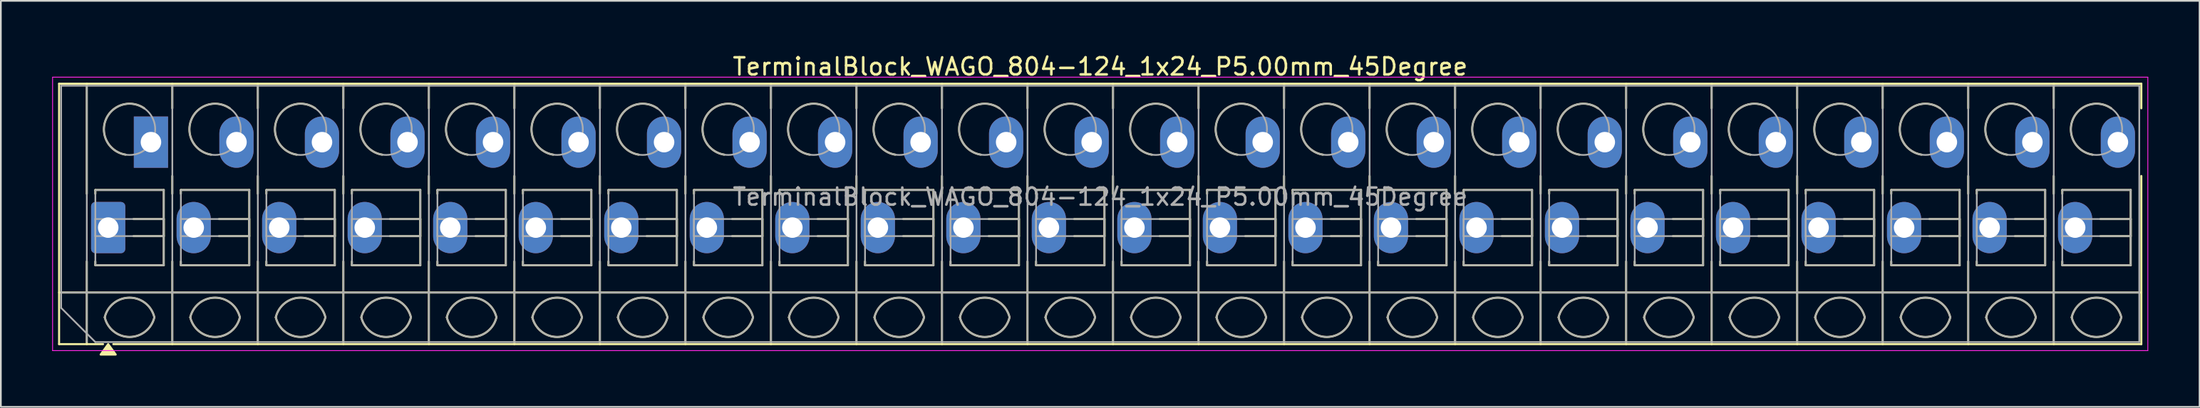
<source format=kicad_pcb>
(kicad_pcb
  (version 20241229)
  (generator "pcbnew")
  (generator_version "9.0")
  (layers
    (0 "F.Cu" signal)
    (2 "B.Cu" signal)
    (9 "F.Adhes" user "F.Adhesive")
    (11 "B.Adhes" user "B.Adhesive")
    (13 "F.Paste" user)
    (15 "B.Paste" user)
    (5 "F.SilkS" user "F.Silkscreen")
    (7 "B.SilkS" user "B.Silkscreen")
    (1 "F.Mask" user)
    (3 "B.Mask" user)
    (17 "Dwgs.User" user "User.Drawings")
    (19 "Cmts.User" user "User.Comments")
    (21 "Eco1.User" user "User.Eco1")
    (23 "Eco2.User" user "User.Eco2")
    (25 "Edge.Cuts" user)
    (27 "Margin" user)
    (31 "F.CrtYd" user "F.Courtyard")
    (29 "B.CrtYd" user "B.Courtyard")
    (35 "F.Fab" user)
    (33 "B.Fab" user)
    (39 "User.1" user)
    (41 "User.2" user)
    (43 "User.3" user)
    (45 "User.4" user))
  (footprint "TerminalBlock_WAGO_804-124_1x24_P5.00mm_45Degree"
    (layer "F.Cu")
    (at 3.275 10.268)
    (property "Reference" "TerminalBlock_WAGO_804-124_1x24_P5.00mm_45Degree" (at 58 -9.42 0) (layer "F.SilkS") (effects (font (size 1 1) (thickness 0.15))))
    (attr through_hole)
    (fp_line (start -2.87 -8.42) (end -2.87 6.82) (stroke (width 0.12) (type solid)) (layer "F.SilkS"))
    (fp_line (start -2.87 -8.42) (end 118.87 -8.42) (stroke (width 0.12) (type solid)) (layer "F.SilkS"))
    (fp_line (start -2.87 3.8) (end 118.87 3.8) (stroke (width 0.12) (type solid)) (layer "F.SilkS"))
    (fp_line (start -2.87 6.82) (end -0.3 6.82) (stroke (width 0.12) (type solid)) (layer "F.SilkS"))
    (fp_line (start -1.25 -8.42) (end -1.25 -1.98) (stroke (width 0.12) (type solid)) (layer "F.SilkS"))
    (fp_line (start -1.25 1.98) (end -1.25 6.82) (stroke (width 0.12) (type solid)) (layer "F.SilkS"))
    (fp_line (start -0.75 -2.2) (end -0.75 -1.98) (stroke (width 0.12) (type solid)) (layer "F.SilkS"))
    (fp_line (start -0.75 -2.2) (end 3.25 -2.2) (stroke (width 0.12) (type solid)) (layer "F.SilkS"))
    (fp_line (start -0.75 1.98) (end -0.75 2.2) (stroke (width 0.12) (type solid)) (layer "F.SilkS"))
    (fp_line (start -0.75 2.2) (end 3.25 2.2) (stroke (width 0.12) (type solid)) (layer "F.SilkS"))
    (fp_line (start 0.3 6.82) (end 118.87 6.82) (stroke (width 0.12) (type solid)) (layer "F.SilkS"))
    (fp_line (start 1.48 -0.5) (end 3.25 -0.5) (stroke (width 0.12) (type solid)) (layer "F.SilkS"))
    (fp_line (start 1.48 0.5) (end 3.25 0.5) (stroke (width 0.12) (type solid)) (layer "F.SilkS"))
    (fp_line (start 3.25 -2.2) (end 3.25 2.2) (stroke (width 0.12) (type solid)) (layer "F.SilkS"))
    (fp_line (start 3.25 -0.5) (end 3.25 0.5) (stroke (width 0.12) (type solid)) (layer "F.SilkS"))
    (fp_line (start 3.75 -8.42) (end 3.75 -6.98) (stroke (width 0.12) (type solid)) (layer "F.SilkS"))
    (fp_line (start 3.75 -3.02) (end 3.75 -1.98) (stroke (width 0.12) (type solid)) (layer "F.SilkS"))
    (fp_line (start 3.75 1.98) (end 3.75 6.82) (stroke (width 0.12) (type solid)) (layer "F.SilkS"))
    (fp_line (start 4.25 -2.2) (end 4.25 -1.98) (stroke (width 0.12) (type solid)) (layer "F.SilkS"))
    (fp_line (start 4.25 -2.2) (end 8.25 -2.2) (stroke (width 0.12) (type solid)) (layer "F.SilkS"))
    (fp_line (start 4.25 1.98) (end 4.25 2.2) (stroke (width 0.12) (type solid)) (layer "F.SilkS"))
    (fp_line (start 4.25 2.2) (end 8.25 2.2) (stroke (width 0.12) (type solid)) (layer "F.SilkS"))
    (fp_line (start 6.48 -0.5) (end 8.25 -0.5) (stroke (width 0.12) (type solid)) (layer "F.SilkS"))
    (fp_line (start 6.48 0.5) (end 8.25 0.5) (stroke (width 0.12) (type solid)) (layer "F.SilkS"))
    (fp_line (start 8.25 -2.2) (end 8.25 2.2) (stroke (width 0.12) (type solid)) (layer "F.SilkS"))
    (fp_line (start 8.25 -0.5) (end 8.25 0.5) (stroke (width 0.12) (type solid)) (layer "F.SilkS"))
    (fp_line (start 8.75 -8.42) (end 8.75 -6.98) (stroke (width 0.12) (type solid)) (layer "F.SilkS"))
    (fp_line (start 8.75 -3.02) (end 8.75 -1.98) (stroke (width 0.12) (type solid)) (layer "F.SilkS"))
    (fp_line (start 8.75 1.98) (end 8.75 6.82) (stroke (width 0.12) (type solid)) (layer "F.SilkS"))
    (fp_line (start 9.25 -2.2) (end 9.25 -1.98) (stroke (width 0.12) (type solid)) (layer "F.SilkS"))
    (fp_line (start 9.25 -2.2) (end 13.25 -2.2) (stroke (width 0.12) (type solid)) (layer "F.SilkS"))
    (fp_line (start 9.25 1.98) (end 9.25 2.2) (stroke (width 0.12) (type solid)) (layer "F.SilkS"))
    (fp_line (start 9.25 2.2) (end 13.25 2.2) (stroke (width 0.12) (type solid)) (layer "F.SilkS"))
    (fp_line (start 11.48 -0.5) (end 13.25 -0.5) (stroke (width 0.12) (type solid)) (layer "F.SilkS"))
    (fp_line (start 11.48 0.5) (end 13.25 0.5) (stroke (width 0.12) (type solid)) (layer "F.SilkS"))
    (fp_line (start 13.25 -2.2) (end 13.25 2.2) (stroke (width 0.12) (type solid)) (layer "F.SilkS"))
    (fp_line (start 13.25 -0.5) (end 13.25 0.5) (stroke (width 0.12) (type solid)) (layer "F.SilkS"))
    (fp_line (start 13.75 -8.42) (end 13.75 -6.98) (stroke (width 0.12) (type solid)) (layer "F.SilkS"))
    (fp_line (start 13.75 -3.02) (end 13.75 -1.98) (stroke (width 0.12) (type solid)) (layer "F.SilkS"))
    (fp_line (start 13.75 1.98) (end 13.75 6.82) (stroke (width 0.12) (type solid)) (layer "F.SilkS"))
    (fp_line (start 14.25 -2.2) (end 14.25 -1.98) (stroke (width 0.12) (type solid)) (layer "F.SilkS"))
    (fp_line (start 14.25 -2.2) (end 18.25 -2.2) (stroke (width 0.12) (type solid)) (layer "F.SilkS"))
    (fp_line (start 14.25 1.98) (end 14.25 2.2) (stroke (width 0.12) (type solid)) (layer "F.SilkS"))
    (fp_line (start 14.25 2.2) (end 18.25 2.2) (stroke (width 0.12) (type solid)) (layer "F.SilkS"))
    (fp_line (start 16.48 -0.5) (end 18.25 -0.5) (stroke (width 0.12) (type solid)) (layer "F.SilkS"))
    (fp_line (start 16.48 0.5) (end 18.25 0.5) (stroke (width 0.12) (type solid)) (layer "F.SilkS"))
    (fp_line (start 18.25 -2.2) (end 18.25 2.2) (stroke (width 0.12) (type solid)) (layer "F.SilkS"))
    (fp_line (start 18.25 -0.5) (end 18.25 0.5) (stroke (width 0.12) (type solid)) (layer "F.SilkS"))
    (fp_line (start 18.75 -8.42) (end 18.75 -6.98) (stroke (width 0.12) (type solid)) (layer "F.SilkS"))
    (fp_line (start 18.75 -3.02) (end 18.75 -1.98) (stroke (width 0.12) (type solid)) (layer "F.SilkS"))
    (fp_line (start 18.75 1.98) (end 18.75 6.82) (stroke (width 0.12) (type solid)) (layer "F.SilkS"))
    (fp_line (start 19.25 -2.2) (end 19.25 -1.98) (stroke (width 0.12) (type solid)) (layer "F.SilkS"))
    (fp_line (start 19.25 -2.2) (end 23.25 -2.2) (stroke (width 0.12) (type solid)) (layer "F.SilkS"))
    (fp_line (start 19.25 1.98) (end 19.25 2.2) (stroke (width 0.12) (type solid)) (layer "F.SilkS"))
    (fp_line (start 19.25 2.2) (end 23.25 2.2) (stroke (width 0.12) (type solid)) (layer "F.SilkS"))
    (fp_line (start 21.48 -0.5) (end 23.25 -0.5) (stroke (width 0.12) (type solid)) (layer "F.SilkS"))
    (fp_line (start 21.48 0.5) (end 23.25 0.5) (stroke (width 0.12) (type solid)) (layer "F.SilkS"))
    (fp_line (start 23.25 -2.2) (end 23.25 2.2) (stroke (width 0.12) (type solid)) (layer "F.SilkS"))
    (fp_line (start 23.25 -0.5) (end 23.25 0.5) (stroke (width 0.12) (type solid)) (layer "F.SilkS"))
    (fp_line (start 23.75 -8.42) (end 23.75 -6.98) (stroke (width 0.12) (type solid)) (layer "F.SilkS"))
    (fp_line (start 23.75 -3.02) (end 23.75 -1.98) (stroke (width 0.12) (type solid)) (layer "F.SilkS"))
    (fp_line (start 23.75 1.98) (end 23.75 6.82) (stroke (width 0.12) (type solid)) (layer "F.SilkS"))
    (fp_line (start 24.25 -2.2) (end 24.25 -1.98) (stroke (width 0.12) (type solid)) (layer "F.SilkS"))
    (fp_line (start 24.25 -2.2) (end 28.25 -2.2) (stroke (width 0.12) (type solid)) (layer "F.SilkS"))
    (fp_line (start 24.25 1.98) (end 24.25 2.2) (stroke (width 0.12) (type solid)) (layer "F.SilkS"))
    (fp_line (start 24.25 2.2) (end 28.25 2.2) (stroke (width 0.12) (type solid)) (layer "F.SilkS"))
    (fp_line (start 26.48 -0.5) (end 28.25 -0.5) (stroke (width 0.12) (type solid)) (layer "F.SilkS"))
    (fp_line (start 26.48 0.5) (end 28.25 0.5) (stroke (width 0.12) (type solid)) (layer "F.SilkS"))
    (fp_line (start 28.25 -2.2) (end 28.25 2.2) (stroke (width 0.12) (type solid)) (layer "F.SilkS"))
    (fp_line (start 28.25 -0.5) (end 28.25 0.5) (stroke (width 0.12) (type solid)) (layer "F.SilkS"))
    (fp_line (start 28.75 -8.42) (end 28.75 -6.98) (stroke (width 0.12) (type solid)) (layer "F.SilkS"))
    (fp_line (start 28.75 -3.02) (end 28.75 -1.98) (stroke (width 0.12) (type solid)) (layer "F.SilkS"))
    (fp_line (start 28.75 1.98) (end 28.75 6.82) (stroke (width 0.12) (type solid)) (layer "F.SilkS"))
    (fp_line (start 29.25 -2.2) (end 29.25 -1.98) (stroke (width 0.12) (type solid)) (layer "F.SilkS"))
    (fp_line (start 29.25 -2.2) (end 33.25 -2.2) (stroke (width 0.12) (type solid)) (layer "F.SilkS"))
    (fp_line (start 29.25 1.98) (end 29.25 2.2) (stroke (width 0.12) (type solid)) (layer "F.SilkS"))
    (fp_line (start 29.25 2.2) (end 33.25 2.2) (stroke (width 0.12) (type solid)) (layer "F.SilkS"))
    (fp_line (start 31.48 -0.5) (end 33.25 -0.5) (stroke (width 0.12) (type solid)) (layer "F.SilkS"))
    (fp_line (start 31.48 0.5) (end 33.25 0.5) (stroke (width 0.12) (type solid)) (layer "F.SilkS"))
    (fp_line (start 33.25 -2.2) (end 33.25 2.2) (stroke (width 0.12) (type solid)) (layer "F.SilkS"))
    (fp_line (start 33.25 -0.5) (end 33.25 0.5) (stroke (width 0.12) (type solid)) (layer "F.SilkS"))
    (fp_line (start 33.75 -8.42) (end 33.75 -6.98) (stroke (width 0.12) (type solid)) (layer "F.SilkS"))
    (fp_line (start 33.75 -3.02) (end 33.75 -1.98) (stroke (width 0.12) (type solid)) (layer "F.SilkS"))
    (fp_line (start 33.75 1.98) (end 33.75 6.82) (stroke (width 0.12) (type solid)) (layer "F.SilkS"))
    (fp_line (start 34.25 -2.2) (end 34.25 -1.98) (stroke (width 0.12) (type solid)) (layer "F.SilkS"))
    (fp_line (start 34.25 -2.2) (end 38.25 -2.2) (stroke (width 0.12) (type solid)) (layer "F.SilkS"))
    (fp_line (start 34.25 1.98) (end 34.25 2.2) (stroke (width 0.12) (type solid)) (layer "F.SilkS"))
    (fp_line (start 34.25 2.2) (end 38.25 2.2) (stroke (width 0.12) (type solid)) (layer "F.SilkS"))
    (fp_line (start 36.48 -0.5) (end 38.25 -0.5) (stroke (width 0.12) (type solid)) (layer "F.SilkS"))
    (fp_line (start 36.48 0.5) (end 38.25 0.5) (stroke (width 0.12) (type solid)) (layer "F.SilkS"))
    (fp_line (start 38.25 -2.2) (end 38.25 2.2) (stroke (width 0.12) (type solid)) (layer "F.SilkS"))
    (fp_line (start 38.25 -0.5) (end 38.25 0.5) (stroke (width 0.12) (type solid)) (layer "F.SilkS"))
    (fp_line (start 38.75 -8.42) (end 38.75 -6.98) (stroke (width 0.12) (type solid)) (layer "F.SilkS"))
    (fp_line (start 38.75 -3.02) (end 38.75 -1.98) (stroke (width 0.12) (type solid)) (layer "F.SilkS"))
    (fp_line (start 38.75 1.98) (end 38.75 6.82) (stroke (width 0.12) (type solid)) (layer "F.SilkS"))
    (fp_line (start 39.25 -2.2) (end 39.25 -1.98) (stroke (width 0.12) (type solid)) (layer "F.SilkS"))
    (fp_line (start 39.25 -2.2) (end 43.25 -2.2) (stroke (width 0.12) (type solid)) (layer "F.SilkS"))
    (fp_line (start 39.25 1.98) (end 39.25 2.2) (stroke (width 0.12) (type solid)) (layer "F.SilkS"))
    (fp_line (start 39.25 2.2) (end 43.25 2.2) (stroke (width 0.12) (type solid)) (layer "F.SilkS"))
    (fp_line (start 41.48 -0.5) (end 43.25 -0.5) (stroke (width 0.12) (type solid)) (layer "F.SilkS"))
    (fp_line (start 41.48 0.5) (end 43.25 0.5) (stroke (width 0.12) (type solid)) (layer "F.SilkS"))
    (fp_line (start 43.25 -2.2) (end 43.25 2.2) (stroke (width 0.12) (type solid)) (layer "F.SilkS"))
    (fp_line (start 43.25 -0.5) (end 43.25 0.5) (stroke (width 0.12) (type solid)) (layer "F.SilkS"))
    (fp_line (start 43.75 -8.42) (end 43.75 -6.98) (stroke (width 0.12) (type solid)) (layer "F.SilkS"))
    (fp_line (start 43.75 -3.02) (end 43.75 -1.98) (stroke (width 0.12) (type solid)) (layer "F.SilkS"))
    (fp_line (start 43.75 1.98) (end 43.75 6.82) (stroke (width 0.12) (type solid)) (layer "F.SilkS"))
    (fp_line (start 44.25 -2.2) (end 44.25 -1.98) (stroke (width 0.12) (type solid)) (layer "F.SilkS"))
    (fp_line (start 44.25 -2.2) (end 48.25 -2.2) (stroke (width 0.12) (type solid)) (layer "F.SilkS"))
    (fp_line (start 44.25 1.98) (end 44.25 2.2) (stroke (width 0.12) (type solid)) (layer "F.SilkS"))
    (fp_line (start 44.25 2.2) (end 48.25 2.2) (stroke (width 0.12) (type solid)) (layer "F.SilkS"))
    (fp_line (start 46.48 -0.5) (end 48.25 -0.5) (stroke (width 0.12) (type solid)) (layer "F.SilkS"))
    (fp_line (start 46.48 0.5) (end 48.25 0.5) (stroke (width 0.12) (type solid)) (layer "F.SilkS"))
    (fp_line (start 48.25 -2.2) (end 48.25 2.2) (stroke (width 0.12) (type solid)) (layer "F.SilkS"))
    (fp_line (start 48.25 -0.5) (end 48.25 0.5) (stroke (width 0.12) (type solid)) (layer "F.SilkS"))
    (fp_line (start 48.75 -8.42) (end 48.75 -6.98) (stroke (width 0.12) (type solid)) (layer "F.SilkS"))
    (fp_line (start 48.75 -3.02) (end 48.75 -1.98) (stroke (width 0.12) (type solid)) (layer "F.SilkS"))
    (fp_line (start 48.75 1.98) (end 48.75 6.82) (stroke (width 0.12) (type solid)) (layer "F.SilkS"))
    (fp_line (start 49.25 -2.2) (end 49.25 -1.98) (stroke (width 0.12) (type solid)) (layer "F.SilkS"))
    (fp_line (start 49.25 -2.2) (end 53.25 -2.2) (stroke (width 0.12) (type solid)) (layer "F.SilkS"))
    (fp_line (start 49.25 1.98) (end 49.25 2.2) (stroke (width 0.12) (type solid)) (layer "F.SilkS"))
    (fp_line (start 49.25 2.2) (end 53.25 2.2) (stroke (width 0.12) (type solid)) (layer "F.SilkS"))
    (fp_line (start 51.48 -0.5) (end 53.25 -0.5) (stroke (width 0.12) (type solid)) (layer "F.SilkS"))
    (fp_line (start 51.48 0.5) (end 53.25 0.5) (stroke (width 0.12) (type solid)) (layer "F.SilkS"))
    (fp_line (start 53.25 -2.2) (end 53.25 2.2) (stroke (width 0.12) (type solid)) (layer "F.SilkS"))
    (fp_line (start 53.25 -0.5) (end 53.25 0.5) (stroke (width 0.12) (type solid)) (layer "F.SilkS"))
    (fp_line (start 53.75 -8.42) (end 53.75 -6.98) (stroke (width 0.12) (type solid)) (layer "F.SilkS"))
    (fp_line (start 53.75 -3.02) (end 53.75 -1.98) (stroke (width 0.12) (type solid)) (layer "F.SilkS"))
    (fp_line (start 53.75 1.98) (end 53.75 6.82) (stroke (width 0.12) (type solid)) (layer "F.SilkS"))
    (fp_line (start 54.25 -2.2) (end 54.25 -1.98) (stroke (width 0.12) (type solid)) (layer "F.SilkS"))
    (fp_line (start 54.25 -2.2) (end 58.25 -2.2) (stroke (width 0.12) (type solid)) (layer "F.SilkS"))
    (fp_line (start 54.25 1.98) (end 54.25 2.2) (stroke (width 0.12) (type solid)) (layer "F.SilkS"))
    (fp_line (start 54.25 2.2) (end 58.25 2.2) (stroke (width 0.12) (type solid)) (layer "F.SilkS"))
    (fp_line (start 56.48 -0.5) (end 58.25 -0.5) (stroke (width 0.12) (type solid)) (layer "F.SilkS"))
    (fp_line (start 56.48 0.5) (end 58.25 0.5) (stroke (width 0.12) (type solid)) (layer "F.SilkS"))
    (fp_line (start 58.25 -2.2) (end 58.25 2.2) (stroke (width 0.12) (type solid)) (layer "F.SilkS"))
    (fp_line (start 58.25 -0.5) (end 58.25 0.5) (stroke (width 0.12) (type solid)) (layer "F.SilkS"))
    (fp_line (start 58.75 -8.42) (end 58.75 -6.98) (stroke (width 0.12) (type solid)) (layer "F.SilkS"))
    (fp_line (start 58.75 -3.02) (end 58.75 -1.98) (stroke (width 0.12) (type solid)) (layer "F.SilkS"))
    (fp_line (start 58.75 1.98) (end 58.75 6.82) (stroke (width 0.12) (type solid)) (layer "F.SilkS"))
    (fp_line (start 59.25 -2.2) (end 59.25 -1.98) (stroke (width 0.12) (type solid)) (layer "F.SilkS"))
    (fp_line (start 59.25 -2.2) (end 63.25 -2.2) (stroke (width 0.12) (type solid)) (layer "F.SilkS"))
    (fp_line (start 59.25 1.98) (end 59.25 2.2) (stroke (width 0.12) (type solid)) (layer "F.SilkS"))
    (fp_line (start 59.25 2.2) (end 63.25 2.2) (stroke (width 0.12) (type solid)) (layer "F.SilkS"))
    (fp_line (start 61.48 -0.5) (end 63.25 -0.5) (stroke (width 0.12) (type solid)) (layer "F.SilkS"))
    (fp_line (start 61.48 0.5) (end 63.25 0.5) (stroke (width 0.12) (type solid)) (layer "F.SilkS"))
    (fp_line (start 63.25 -2.2) (end 63.25 2.2) (stroke (width 0.12) (type solid)) (layer "F.SilkS"))
    (fp_line (start 63.25 -0.5) (end 63.25 0.5) (stroke (width 0.12) (type solid)) (layer "F.SilkS"))
    (fp_line (start 63.75 -8.42) (end 63.75 -6.98) (stroke (width 0.12) (type solid)) (layer "F.SilkS"))
    (fp_line (start 63.75 -3.02) (end 63.75 -1.98) (stroke (width 0.12) (type solid)) (layer "F.SilkS"))
    (fp_line (start 63.75 1.98) (end 63.75 6.82) (stroke (width 0.12) (type solid)) (layer "F.SilkS"))
    (fp_line (start 64.25 -2.2) (end 64.25 -1.98) (stroke (width 0.12) (type solid)) (layer "F.SilkS"))
    (fp_line (start 64.25 -2.2) (end 68.25 -2.2) (stroke (width 0.12) (type solid)) (layer "F.SilkS"))
    (fp_line (start 64.25 1.98) (end 64.25 2.2) (stroke (width 0.12) (type solid)) (layer "F.SilkS"))
    (fp_line (start 64.25 2.2) (end 68.25 2.2) (stroke (width 0.12) (type solid)) (layer "F.SilkS"))
    (fp_line (start 66.48 -0.5) (end 68.25 -0.5) (stroke (width 0.12) (type solid)) (layer "F.SilkS"))
    (fp_line (start 66.48 0.5) (end 68.25 0.5) (stroke (width 0.12) (type solid)) (layer "F.SilkS"))
    (fp_line (start 68.25 -2.2) (end 68.25 2.2) (stroke (width 0.12) (type solid)) (layer "F.SilkS"))
    (fp_line (start 68.25 -0.5) (end 68.25 0.5) (stroke (width 0.12) (type solid)) (layer "F.SilkS"))
    (fp_line (start 68.75 -8.42) (end 68.75 -6.98) (stroke (width 0.12) (type solid)) (layer "F.SilkS"))
    (fp_line (start 68.75 -3.02) (end 68.75 -1.98) (stroke (width 0.12) (type solid)) (layer "F.SilkS"))
    (fp_line (start 68.75 1.98) (end 68.75 6.82) (stroke (width 0.12) (type solid)) (layer "F.SilkS"))
    (fp_line (start 69.25 -2.2) (end 69.25 -1.98) (stroke (width 0.12) (type solid)) (layer "F.SilkS"))
    (fp_line (start 69.25 -2.2) (end 73.25 -2.2) (stroke (width 0.12) (type solid)) (layer "F.SilkS"))
    (fp_line (start 69.25 1.98) (end 69.25 2.2) (stroke (width 0.12) (type solid)) (layer "F.SilkS"))
    (fp_line (start 69.25 2.2) (end 73.25 2.2) (stroke (width 0.12) (type solid)) (layer "F.SilkS"))
    (fp_line (start 71.48 -0.5) (end 73.25 -0.5) (stroke (width 0.12) (type solid)) (layer "F.SilkS"))
    (fp_line (start 71.48 0.5) (end 73.25 0.5) (stroke (width 0.12) (type solid)) (layer "F.SilkS"))
    (fp_line (start 73.25 -2.2) (end 73.25 2.2) (stroke (width 0.12) (type solid)) (layer "F.SilkS"))
    (fp_line (start 73.25 -0.5) (end 73.25 0.5) (stroke (width 0.12) (type solid)) (layer "F.SilkS"))
    (fp_line (start 73.75 -8.42) (end 73.75 -6.98) (stroke (width 0.12) (type solid)) (layer "F.SilkS"))
    (fp_line (start 73.75 -3.02) (end 73.75 -1.98) (stroke (width 0.12) (type solid)) (layer "F.SilkS"))
    (fp_line (start 73.75 1.98) (end 73.75 6.82) (stroke (width 0.12) (type solid)) (layer "F.SilkS"))
    (fp_line (start 74.25 -2.2) (end 74.25 -1.98) (stroke (width 0.12) (type solid)) (layer "F.SilkS"))
    (fp_line (start 74.25 -2.2) (end 78.25 -2.2) (stroke (width 0.12) (type solid)) (layer "F.SilkS"))
    (fp_line (start 74.25 1.98) (end 74.25 2.2) (stroke (width 0.12) (type solid)) (layer "F.SilkS"))
    (fp_line (start 74.25 2.2) (end 78.25 2.2) (stroke (width 0.12) (type solid)) (layer "F.SilkS"))
    (fp_line (start 76.48 -0.5) (end 78.25 -0.5) (stroke (width 0.12) (type solid)) (layer "F.SilkS"))
    (fp_line (start 76.48 0.5) (end 78.25 0.5) (stroke (width 0.12) (type solid)) (layer "F.SilkS"))
    (fp_line (start 78.25 -2.2) (end 78.25 2.2) (stroke (width 0.12) (type solid)) (layer "F.SilkS"))
    (fp_line (start 78.25 -0.5) (end 78.25 0.5) (stroke (width 0.12) (type solid)) (layer "F.SilkS"))
    (fp_line (start 78.75 -8.42) (end 78.75 -6.98) (stroke (width 0.12) (type solid)) (layer "F.SilkS"))
    (fp_line (start 78.75 -3.02) (end 78.75 -1.98) (stroke (width 0.12) (type solid)) (layer "F.SilkS"))
    (fp_line (start 78.75 1.98) (end 78.75 6.82) (stroke (width 0.12) (type solid)) (layer "F.SilkS"))
    (fp_line (start 79.25 -2.2) (end 79.25 -1.98) (stroke (width 0.12) (type solid)) (layer "F.SilkS"))
    (fp_line (start 79.25 -2.2) (end 83.25 -2.2) (stroke (width 0.12) (type solid)) (layer "F.SilkS"))
    (fp_line (start 79.25 1.98) (end 79.25 2.2) (stroke (width 0.12) (type solid)) (layer "F.SilkS"))
    (fp_line (start 79.25 2.2) (end 83.25 2.2) (stroke (width 0.12) (type solid)) (layer "F.SilkS"))
    (fp_line (start 81.48 -0.5) (end 83.25 -0.5) (stroke (width 0.12) (type solid)) (layer "F.SilkS"))
    (fp_line (start 81.48 0.5) (end 83.25 0.5) (stroke (width 0.12) (type solid)) (layer "F.SilkS"))
    (fp_line (start 83.25 -2.2) (end 83.25 2.2) (stroke (width 0.12) (type solid)) (layer "F.SilkS"))
    (fp_line (start 83.25 -0.5) (end 83.25 0.5) (stroke (width 0.12) (type solid)) (layer "F.SilkS"))
    (fp_line (start 83.75 -8.42) (end 83.75 -6.98) (stroke (width 0.12) (type solid)) (layer "F.SilkS"))
    (fp_line (start 83.75 -3.02) (end 83.75 -1.98) (stroke (width 0.12) (type solid)) (layer "F.SilkS"))
    (fp_line (start 83.75 1.98) (end 83.75 6.82) (stroke (width 0.12) (type solid)) (layer "F.SilkS"))
    (fp_line (start 84.25 -2.2) (end 84.25 -1.98) (stroke (width 0.12) (type solid)) (layer "F.SilkS"))
    (fp_line (start 84.25 -2.2) (end 88.25 -2.2) (stroke (width 0.12) (type solid)) (layer "F.SilkS"))
    (fp_line (start 84.25 1.98) (end 84.25 2.2) (stroke (width 0.12) (type solid)) (layer "F.SilkS"))
    (fp_line (start 84.25 2.2) (end 88.25 2.2) (stroke (width 0.12) (type solid)) (layer "F.SilkS"))
    (fp_line (start 86.48 -0.5) (end 88.25 -0.5) (stroke (width 0.12) (type solid)) (layer "F.SilkS"))
    (fp_line (start 86.48 0.5) (end 88.25 0.5) (stroke (width 0.12) (type solid)) (layer "F.SilkS"))
    (fp_line (start 88.25 -2.2) (end 88.25 2.2) (stroke (width 0.12) (type solid)) (layer "F.SilkS"))
    (fp_line (start 88.25 -0.5) (end 88.25 0.5) (stroke (width 0.12) (type solid)) (layer "F.SilkS"))
    (fp_line (start 88.75 -8.42) (end 88.75 -6.98) (stroke (width 0.12) (type solid)) (layer "F.SilkS"))
    (fp_line (start 88.75 -3.02) (end 88.75 -1.98) (stroke (width 0.12) (type solid)) (layer "F.SilkS"))
    (fp_line (start 88.75 1.98) (end 88.75 6.82) (stroke (width 0.12) (type solid)) (layer "F.SilkS"))
    (fp_line (start 89.25 -2.2) (end 89.25 -1.98) (stroke (width 0.12) (type solid)) (layer "F.SilkS"))
    (fp_line (start 89.25 -2.2) (end 93.25 -2.2) (stroke (width 0.12) (type solid)) (layer "F.SilkS"))
    (fp_line (start 89.25 1.98) (end 89.25 2.2) (stroke (width 0.12) (type solid)) (layer "F.SilkS"))
    (fp_line (start 89.25 2.2) (end 93.25 2.2) (stroke (width 0.12) (type solid)) (layer "F.SilkS"))
    (fp_line (start 91.48 -0.5) (end 93.25 -0.5) (stroke (width 0.12) (type solid)) (layer "F.SilkS"))
    (fp_line (start 91.48 0.5) (end 93.25 0.5) (stroke (width 0.12) (type solid)) (layer "F.SilkS"))
    (fp_line (start 93.25 -2.2) (end 93.25 2.2) (stroke (width 0.12) (type solid)) (layer "F.SilkS"))
    (fp_line (start 93.25 -0.5) (end 93.25 0.5) (stroke (width 0.12) (type solid)) (layer "F.SilkS"))
    (fp_line (start 93.75 -8.42) (end 93.75 -6.98) (stroke (width 0.12) (type solid)) (layer "F.SilkS"))
    (fp_line (start 93.75 -3.02) (end 93.75 -1.98) (stroke (width 0.12) (type solid)) (layer "F.SilkS"))
    (fp_line (start 93.75 1.98) (end 93.75 6.82) (stroke (width 0.12) (type solid)) (layer "F.SilkS"))
    (fp_line (start 94.25 -2.2) (end 94.25 -1.98) (stroke (width 0.12) (type solid)) (layer "F.SilkS"))
    (fp_line (start 94.25 -2.2) (end 98.25 -2.2) (stroke (width 0.12) (type solid)) (layer "F.SilkS"))
    (fp_line (start 94.25 1.98) (end 94.25 2.2) (stroke (width 0.12) (type solid)) (layer "F.SilkS"))
    (fp_line (start 94.25 2.2) (end 98.25 2.2) (stroke (width 0.12) (type solid)) (layer "F.SilkS"))
    (fp_line (start 96.48 -0.5) (end 98.25 -0.5) (stroke (width 0.12) (type solid)) (layer "F.SilkS"))
    (fp_line (start 96.48 0.5) (end 98.25 0.5) (stroke (width 0.12) (type solid)) (layer "F.SilkS"))
    (fp_line (start 98.25 -2.2) (end 98.25 2.2) (stroke (width 0.12) (type solid)) (layer "F.SilkS"))
    (fp_line (start 98.25 -0.5) (end 98.25 0.5) (stroke (width 0.12) (type solid)) (layer "F.SilkS"))
    (fp_line (start 98.75 -8.42) (end 98.75 -6.98) (stroke (width 0.12) (type solid)) (layer "F.SilkS"))
    (fp_line (start 98.75 -3.02) (end 98.75 -1.98) (stroke (width 0.12) (type solid)) (layer "F.SilkS"))
    (fp_line (start 98.75 1.98) (end 98.75 6.82) (stroke (width 0.12) (type solid)) (layer "F.SilkS"))
    (fp_line (start 99.25 -2.2) (end 99.25 -1.98) (stroke (width 0.12) (type solid)) (layer "F.SilkS"))
    (fp_line (start 99.25 -2.2) (end 103.25 -2.2) (stroke (width 0.12) (type solid)) (layer "F.SilkS"))
    (fp_line (start 99.25 1.98) (end 99.25 2.2) (stroke (width 0.12) (type solid)) (layer "F.SilkS"))
    (fp_line (start 99.25 2.2) (end 103.25 2.2) (stroke (width 0.12) (type solid)) (layer "F.SilkS"))
    (fp_line (start 101.48 -0.5) (end 103.25 -0.5) (stroke (width 0.12) (type solid)) (layer "F.SilkS"))
    (fp_line (start 101.48 0.5) (end 103.25 0.5) (stroke (width 0.12) (type solid)) (layer "F.SilkS"))
    (fp_line (start 103.25 -2.2) (end 103.25 2.2) (stroke (width 0.12) (type solid)) (layer "F.SilkS"))
    (fp_line (start 103.25 -0.5) (end 103.25 0.5) (stroke (width 0.12) (type solid)) (layer "F.SilkS"))
    (fp_line (start 103.75 -8.42) (end 103.75 -6.98) (stroke (width 0.12) (type solid)) (layer "F.SilkS"))
    (fp_line (start 103.75 -3.02) (end 103.75 -1.98) (stroke (width 0.12) (type solid)) (layer "F.SilkS"))
    (fp_line (start 103.75 1.98) (end 103.75 6.82) (stroke (width 0.12) (type solid)) (layer "F.SilkS"))
    (fp_line (start 104.25 -2.2) (end 104.25 -1.98) (stroke (width 0.12) (type solid)) (layer "F.SilkS"))
    (fp_line (start 104.25 -2.2) (end 108.25 -2.2) (stroke (width 0.12) (type solid)) (layer "F.SilkS"))
    (fp_line (start 104.25 1.98) (end 104.25 2.2) (stroke (width 0.12) (type solid)) (layer "F.SilkS"))
    (fp_line (start 104.25 2.2) (end 108.25 2.2) (stroke (width 0.12) (type solid)) (layer "F.SilkS"))
    (fp_line (start 106.48 -0.5) (end 108.25 -0.5) (stroke (width 0.12) (type solid)) (layer "F.SilkS"))
    (fp_line (start 106.48 0.5) (end 108.25 0.5) (stroke (width 0.12) (type solid)) (layer "F.SilkS"))
    (fp_line (start 108.25 -2.2) (end 108.25 2.2) (stroke (width 0.12) (type solid)) (layer "F.SilkS"))
    (fp_line (start 108.25 -0.5) (end 108.25 0.5) (stroke (width 0.12) (type solid)) (layer "F.SilkS"))
    (fp_line (start 108.75 -8.42) (end 108.75 -6.98) (stroke (width 0.12) (type solid)) (layer "F.SilkS"))
    (fp_line (start 108.75 -3.02) (end 108.75 -1.98) (stroke (width 0.12) (type solid)) (layer "F.SilkS"))
    (fp_line (start 108.75 1.98) (end 108.75 6.82) (stroke (width 0.12) (type solid)) (layer "F.SilkS"))
    (fp_line (start 109.25 -2.2) (end 109.25 -1.98) (stroke (width 0.12) (type solid)) (layer "F.SilkS"))
    (fp_line (start 109.25 -2.2) (end 113.25 -2.2) (stroke (width 0.12) (type solid)) (layer "F.SilkS"))
    (fp_line (start 109.25 1.98) (end 109.25 2.2) (stroke (width 0.12) (type solid)) (layer "F.SilkS"))
    (fp_line (start 109.25 2.2) (end 113.25 2.2) (stroke (width 0.12) (type solid)) (layer "F.SilkS"))
    (fp_line (start 111.48 -0.5) (end 113.25 -0.5) (stroke (width 0.12) (type solid)) (layer "F.SilkS"))
    (fp_line (start 111.48 0.5) (end 113.25 0.5) (stroke (width 0.12) (type solid)) (layer "F.SilkS"))
    (fp_line (start 113.25 -2.2) (end 113.25 2.2) (stroke (width 0.12) (type solid)) (layer "F.SilkS"))
    (fp_line (start 113.25 -0.5) (end 113.25 0.5) (stroke (width 0.12) (type solid)) (layer "F.SilkS"))
    (fp_line (start 113.75 -8.42) (end 113.75 -6.98) (stroke (width 0.12) (type solid)) (layer "F.SilkS"))
    (fp_line (start 113.75 -3.02) (end 113.75 -1.98) (stroke (width 0.12) (type solid)) (layer "F.SilkS"))
    (fp_line (start 113.75 1.98) (end 113.75 6.82) (stroke (width 0.12) (type solid)) (layer "F.SilkS"))
    (fp_line (start 114.25 -2.2) (end 114.25 -1.98) (stroke (width 0.12) (type solid)) (layer "F.SilkS"))
    (fp_line (start 114.25 -2.2) (end 118.25 -2.2) (stroke (width 0.12) (type solid)) (layer "F.SilkS"))
    (fp_line (start 114.25 1.98) (end 114.25 2.2) (stroke (width 0.12) (type solid)) (layer "F.SilkS"))
    (fp_line (start 114.25 2.2) (end 118.25 2.2) (stroke (width 0.12) (type solid)) (layer "F.SilkS"))
    (fp_line (start 116.48 -0.5) (end 118.25 -0.5) (stroke (width 0.12) (type solid)) (layer "F.SilkS"))
    (fp_line (start 116.48 0.5) (end 118.25 0.5) (stroke (width 0.12) (type solid)) (layer "F.SilkS"))
    (fp_line (start 118.25 -2.2) (end 118.25 2.2) (stroke (width 0.12) (type solid)) (layer "F.SilkS"))
    (fp_line (start 118.25 -0.5) (end 118.25 0.5) (stroke (width 0.12) (type solid)) (layer "F.SilkS"))
    (fp_line (start 118.87 -8.42) (end 118.87 -6.98) (stroke (width 0.12) (type solid)) (layer "F.SilkS"))
    (fp_line (start 118.87 -3.02) (end 118.87 6.82) (stroke (width 0.12) (type solid)) (layer "F.SilkS"))
    (fp_arc (start -0.2 5.25) (mid 1.25 4.1) (end 2.7 5.25) (stroke (width 0.12) (type solid)) (layer "F.SilkS"))
    (fp_arc (start 1.02 -4.268) (mid -0.141916 -6.309209) (end 2.109 -6.98) (stroke (width 0.12) (type solid)) (layer "F.SilkS"))
    (fp_arc (start 2.7 5.25) (mid 1.25 6.4) (end -0.2 5.25) (stroke (width 0.12) (type solid)) (layer "F.SilkS"))
    (fp_arc (start 4.8 5.25) (mid 6.25 4.1) (end 7.7 5.25) (stroke (width 0.12) (type solid)) (layer "F.SilkS"))
    (fp_arc (start 6.02 -4.268) (mid 4.858084 -6.309209) (end 7.109 -6.98) (stroke (width 0.12) (type solid)) (layer "F.SilkS"))
    (fp_arc (start 7.7 5.25) (mid 6.25 6.4) (end 4.8 5.25) (stroke (width 0.12) (type solid)) (layer "F.SilkS"))
    (fp_arc (start 9.8 5.25) (mid 11.25 4.1) (end 12.7 5.25) (stroke (width 0.12) (type solid)) (layer "F.SilkS"))
    (fp_arc (start 11.02 -4.268) (mid 9.858084 -6.309209) (end 12.109 -6.98) (stroke (width 0.12) (type solid)) (layer "F.SilkS"))
    (fp_arc (start 12.7 5.25) (mid 11.25 6.4) (end 9.8 5.25) (stroke (width 0.12) (type solid)) (layer "F.SilkS"))
    (fp_arc (start 14.8 5.25) (mid 16.25 4.1) (end 17.7 5.25) (stroke (width 0.12) (type solid)) (layer "F.SilkS"))
    (fp_arc (start 16.02 -4.268) (mid 14.858084 -6.309209) (end 17.109 -6.98) (stroke (width 0.12) (type solid)) (layer "F.SilkS"))
    (fp_arc (start 17.7 5.25) (mid 16.25 6.4) (end 14.8 5.25) (stroke (width 0.12) (type solid)) (layer "F.SilkS"))
    (fp_arc (start 19.8 5.25) (mid 21.25 4.1) (end 22.7 5.25) (stroke (width 0.12) (type solid)) (layer "F.SilkS"))
    (fp_arc (start 21.02 -4.268) (mid 19.858084 -6.309209) (end 22.109 -6.98) (stroke (width 0.12) (type solid)) (layer "F.SilkS"))
    (fp_arc (start 22.7 5.25) (mid 21.25 6.4) (end 19.8 5.25) (stroke (width 0.12) (type solid)) (layer "F.SilkS"))
    (fp_arc (start 24.8 5.25) (mid 26.25 4.1) (end 27.7 5.25) (stroke (width 0.12) (type solid)) (layer "F.SilkS"))
    (fp_arc (start 26.02 -4.268) (mid 24.858084 -6.309209) (end 27.109 -6.98) (stroke (width 0.12) (type solid)) (layer "F.SilkS"))
    (fp_arc (start 27.7 5.25) (mid 26.25 6.4) (end 24.8 5.25) (stroke (width 0.12) (type solid)) (layer "F.SilkS"))
    (fp_arc (start 29.8 5.25) (mid 31.25 4.1) (end 32.7 5.25) (stroke (width 0.12) (type solid)) (layer "F.SilkS"))
    (fp_arc (start 31.02 -4.268) (mid 29.858084 -6.309209) (end 32.109 -6.98) (stroke (width 0.12) (type solid)) (layer "F.SilkS"))
    (fp_arc (start 32.7 5.25) (mid 31.25 6.4) (end 29.8 5.25) (stroke (width 0.12) (type solid)) (layer "F.SilkS"))
    (fp_arc (start 34.8 5.25) (mid 36.25 4.1) (end 37.7 5.25) (stroke (width 0.12) (type solid)) (layer "F.SilkS"))
    (fp_arc (start 36.02 -4.268) (mid 34.858084 -6.309209) (end 37.109 -6.98) (stroke (width 0.12) (type solid)) (layer "F.SilkS"))
    (fp_arc (start 37.7 5.25) (mid 36.25 6.4) (end 34.8 5.25) (stroke (width 0.12) (type solid)) (layer "F.SilkS"))
    (fp_arc (start 39.8 5.25) (mid 41.25 4.1) (end 42.7 5.25) (stroke (width 0.12) (type solid)) (layer "F.SilkS"))
    (fp_arc (start 41.02 -4.268) (mid 39.858084 -6.309209) (end 42.109 -6.98) (stroke (width 0.12) (type solid)) (layer "F.SilkS"))
    (fp_arc (start 42.7 5.25) (mid 41.25 6.4) (end 39.8 5.25) (stroke (width 0.12) (type solid)) (layer "F.SilkS"))
    (fp_arc (start 44.8 5.25) (mid 46.25 4.1) (end 47.7 5.25) (stroke (width 0.12) (type solid)) (layer "F.SilkS"))
    (fp_arc (start 46.02 -4.268) (mid 44.858084 -6.309209) (end 47.109 -6.98) (stroke (width 0.12) (type solid)) (layer "F.SilkS"))
    (fp_arc (start 47.7 5.25) (mid 46.25 6.4) (end 44.8 5.25) (stroke (width 0.12) (type solid)) (layer "F.SilkS"))
    (fp_arc (start 49.8 5.25) (mid 51.25 4.1) (end 52.7 5.25) (stroke (width 0.12) (type solid)) (layer "F.SilkS"))
    (fp_arc (start 51.02 -4.268) (mid 49.858084 -6.309209) (end 52.109 -6.98) (stroke (width 0.12) (type solid)) (layer "F.SilkS"))
    (fp_arc (start 52.7 5.25) (mid 51.25 6.4) (end 49.8 5.25) (stroke (width 0.12) (type solid)) (layer "F.SilkS"))
    (fp_arc (start 54.8 5.25) (mid 56.25 4.1) (end 57.7 5.25) (stroke (width 0.12) (type solid)) (layer "F.SilkS"))
    (fp_arc (start 56.02 -4.268) (mid 54.858084 -6.309209) (end 57.109 -6.98) (stroke (width 0.12) (type solid)) (layer "F.SilkS"))
    (fp_arc (start 57.7 5.25) (mid 56.25 6.4) (end 54.8 5.25) (stroke (width 0.12) (type solid)) (layer "F.SilkS"))
    (fp_arc (start 59.8 5.25) (mid 61.25 4.1) (end 62.7 5.25) (stroke (width 0.12) (type solid)) (layer "F.SilkS"))
    (fp_arc (start 61.02 -4.268) (mid 59.858084 -6.309209) (end 62.109 -6.98) (stroke (width 0.12) (type solid)) (layer "F.SilkS"))
    (fp_arc (start 62.7 5.25) (mid 61.25 6.4) (end 59.8 5.25) (stroke (width 0.12) (type solid)) (layer "F.SilkS"))
    (fp_arc (start 64.8 5.25) (mid 66.25 4.1) (end 67.7 5.25) (stroke (width 0.12) (type solid)) (layer "F.SilkS"))
    (fp_arc (start 66.02 -4.268) (mid 64.858084 -6.309209) (end 67.109 -6.98) (stroke (width 0.12) (type solid)) (layer "F.SilkS"))
    (fp_arc (start 67.7 5.25) (mid 66.25 6.4) (end 64.8 5.25) (stroke (width 0.12) (type solid)) (layer "F.SilkS"))
    (fp_arc (start 69.8 5.25) (mid 71.25 4.1) (end 72.7 5.25) (stroke (width 0.12) (type solid)) (layer "F.SilkS"))
    (fp_arc (start 71.02 -4.268) (mid 69.858084 -6.309209) (end 72.109 -6.98) (stroke (width 0.12) (type solid)) (layer "F.SilkS"))
    (fp_arc (start 72.7 5.25) (mid 71.25 6.4) (end 69.8 5.25) (stroke (width 0.12) (type solid)) (layer "F.SilkS"))
    (fp_arc (start 74.8 5.25) (mid 76.25 4.1) (end 77.7 5.25) (stroke (width 0.12) (type solid)) (layer "F.SilkS"))
    (fp_arc (start 76.02 -4.268) (mid 74.858084 -6.309209) (end 77.109 -6.98) (stroke (width 0.12) (type solid)) (layer "F.SilkS"))
    (fp_arc (start 77.7 5.25) (mid 76.25 6.4) (end 74.8 5.25) (stroke (width 0.12) (type solid)) (layer "F.SilkS"))
    (fp_arc (start 79.8 5.25) (mid 81.25 4.1) (end 82.7 5.25) (stroke (width 0.12) (type solid)) (layer "F.SilkS"))
    (fp_arc (start 81.02 -4.268) (mid 79.858084 -6.309209) (end 82.109 -6.98) (stroke (width 0.12) (type solid)) (layer "F.SilkS"))
    (fp_arc (start 82.7 5.25) (mid 81.25 6.4) (end 79.8 5.25) (stroke (width 0.12) (type solid)) (layer "F.SilkS"))
    (fp_arc (start 84.8 5.25) (mid 86.25 4.1) (end 87.7 5.25) (stroke (width 0.12) (type solid)) (layer "F.SilkS"))
    (fp_arc (start 86.02 -4.268) (mid 84.858084 -6.309209) (end 87.109 -6.98) (stroke (width 0.12) (type solid)) (layer "F.SilkS"))
    (fp_arc (start 87.7 5.25) (mid 86.25 6.4) (end 84.8 5.25) (stroke (width 0.12) (type solid)) (layer "F.SilkS"))
    (fp_arc (start 89.8 5.25) (mid 91.25 4.1) (end 92.7 5.25) (stroke (width 0.12) (type solid)) (layer "F.SilkS"))
    (fp_arc (start 91.02 -4.268) (mid 89.858084 -6.309209) (end 92.109 -6.98) (stroke (width 0.12) (type solid)) (layer "F.SilkS"))
    (fp_arc (start 92.7 5.25) (mid 91.25 6.4) (end 89.8 5.25) (stroke (width 0.12) (type solid)) (layer "F.SilkS"))
    (fp_arc (start 94.8 5.25) (mid 96.25 4.1) (end 97.7 5.25) (stroke (width 0.12) (type solid)) (layer "F.SilkS"))
    (fp_arc (start 96.02 -4.268) (mid 94.858084 -6.309209) (end 97.109 -6.98) (stroke (width 0.12) (type solid)) (layer "F.SilkS"))
    (fp_arc (start 97.7 5.25) (mid 96.25 6.4) (end 94.8 5.25) (stroke (width 0.12) (type solid)) (layer "F.SilkS"))
    (fp_arc (start 99.8 5.25) (mid 101.25 4.1) (end 102.7 5.25) (stroke (width 0.12) (type solid)) (layer "F.SilkS"))
    (fp_arc (start 101.02 -4.268) (mid 99.858084 -6.309209) (end 102.109 -6.98) (stroke (width 0.12) (type solid)) (layer "F.SilkS"))
    (fp_arc (start 102.7 5.25) (mid 101.25 6.4) (end 99.8 5.25) (stroke (width 0.12) (type solid)) (layer "F.SilkS"))
    (fp_arc (start 104.8 5.25) (mid 106.25 4.1) (end 107.7 5.25) (stroke (width 0.12) (type solid)) (layer "F.SilkS"))
    (fp_arc (start 106.02 -4.268) (mid 104.858084 -6.309209) (end 107.109 -6.98) (stroke (width 0.12) (type solid)) (layer "F.SilkS"))
    (fp_arc (start 107.7 5.25) (mid 106.25 6.4) (end 104.8 5.25) (stroke (width 0.12) (type solid)) (layer "F.SilkS"))
    (fp_arc (start 109.8 5.25) (mid 111.25 4.1) (end 112.7 5.25) (stroke (width 0.12) (type solid)) (layer "F.SilkS"))
    (fp_arc (start 111.02 -4.268) (mid 109.858084 -6.309209) (end 112.109 -6.98) (stroke (width 0.12) (type solid)) (layer "F.SilkS"))
    (fp_arc (start 112.7 5.25) (mid 111.25 6.4) (end 109.8 5.25) (stroke (width 0.12) (type solid)) (layer "F.SilkS"))
    (fp_arc (start 114.8 5.25) (mid 116.25 4.1) (end 117.7 5.25) (stroke (width 0.12) (type solid)) (layer "F.SilkS"))
    (fp_arc (start 116.02 -4.268) (mid 114.858084 -6.309209) (end 117.109 -6.98) (stroke (width 0.12) (type solid)) (layer "F.SilkS"))
    (fp_arc (start 117.7 5.25) (mid 116.25 6.4) (end 114.8 5.25) (stroke (width 0.12) (type solid)) (layer "F.SilkS"))
    (fp_poly (pts (xy 0 6.82) (xy 0.44 7.43) (xy -0.44 7.43)) (stroke (width 0.12) (type solid)) (fill yes) (layer "F.SilkS"))
    (fp_line (start -3.25 -8.8) (end -3.25 7.2) (stroke (width 0.05) (type solid)) (layer "F.CrtYd"))
    (fp_line (start -3.25 7.2) (end 119.25 7.2) (stroke (width 0.05) (type solid)) (layer "F.CrtYd"))
    (fp_line (start 119.25 -8.8) (end -3.25 -8.8) (stroke (width 0.05) (type solid)) (layer "F.CrtYd"))
    (fp_line (start 119.25 7.2) (end 119.25 -8.8) (stroke (width 0.05) (type solid)) (layer "F.CrtYd"))
    (fp_line (start -2.75 -8.3) (end 118.75 -8.3) (stroke (width 0.1) (type solid)) (layer "F.Fab"))
    (fp_line (start -2.75 3.8) (end 118.75 3.8) (stroke (width 0.1) (type solid)) (layer "F.Fab"))
    (fp_line (start -2.75 4.7) (end -2.75 -8.3) (stroke (width 0.1) (type solid)) (layer "F.Fab"))
    (fp_line (start -1.25 -8.3) (end -1.25 6.7) (stroke (width 0.1) (type solid)) (layer "F.Fab"))
    (fp_line (start -0.75 -2.2) (end -0.75 2.2) (stroke (width 0.1) (type solid)) (layer "F.Fab"))
    (fp_line (start -0.75 -0.5) (end -0.75 0.5) (stroke (width 0.1) (type solid)) (layer "F.Fab"))
    (fp_line (start -0.75 0.5) (end 3.25 0.5) (stroke (width 0.1) (type solid)) (layer "F.Fab"))
    (fp_line (start -0.75 2.2) (end 3.25 2.2) (stroke (width 0.1) (type solid)) (layer "F.Fab"))
    (fp_line (start -0.75 6.7) (end -2.75 4.7) (stroke (width 0.1) (type solid)) (layer "F.Fab"))
    (fp_line (start 3.25 -2.2) (end -0.75 -2.2) (stroke (width 0.1) (type solid)) (layer "F.Fab"))
    (fp_line (start 3.25 -0.5) (end -0.75 -0.5) (stroke (width 0.1) (type solid)) (layer "F.Fab"))
    (fp_line (start 3.25 0.5) (end 3.25 -0.5) (stroke (width 0.1) (type solid)) (layer "F.Fab"))
    (fp_line (start 3.25 2.2) (end 3.25 -2.2) (stroke (width 0.1) (type solid)) (layer "F.Fab"))
    (fp_line (start 3.75 -8.3) (end 3.75 6.7) (stroke (width 0.1) (type solid)) (layer "F.Fab"))
    (fp_line (start 4.25 -2.2) (end 4.25 2.2) (stroke (width 0.1) (type solid)) (layer "F.Fab"))
    (fp_line (start 4.25 -0.5) (end 4.25 0.5) (stroke (width 0.1) (type solid)) (layer "F.Fab"))
    (fp_line (start 4.25 0.5) (end 8.25 0.5) (stroke (width 0.1) (type solid)) (layer "F.Fab"))
    (fp_line (start 4.25 2.2) (end 8.25 2.2) (stroke (width 0.1) (type solid)) (layer "F.Fab"))
    (fp_line (start 8.25 -2.2) (end 4.25 -2.2) (stroke (width 0.1) (type solid)) (layer "F.Fab"))
    (fp_line (start 8.25 -0.5) (end 4.25 -0.5) (stroke (width 0.1) (type solid)) (layer "F.Fab"))
    (fp_line (start 8.25 0.5) (end 8.25 -0.5) (stroke (width 0.1) (type solid)) (layer "F.Fab"))
    (fp_line (start 8.25 2.2) (end 8.25 -2.2) (stroke (width 0.1) (type solid)) (layer "F.Fab"))
    (fp_line (start 8.75 -8.3) (end 8.75 6.7) (stroke (width 0.1) (type solid)) (layer "F.Fab"))
    (fp_line (start 9.25 -2.2) (end 9.25 2.2) (stroke (width 0.1) (type solid)) (layer "F.Fab"))
    (fp_line (start 9.25 -0.5) (end 9.25 0.5) (stroke (width 0.1) (type solid)) (layer "F.Fab"))
    (fp_line (start 9.25 0.5) (end 13.25 0.5) (stroke (width 0.1) (type solid)) (layer "F.Fab"))
    (fp_line (start 9.25 2.2) (end 13.25 2.2) (stroke (width 0.1) (type solid)) (layer "F.Fab"))
    (fp_line (start 13.25 -2.2) (end 9.25 -2.2) (stroke (width 0.1) (type solid)) (layer "F.Fab"))
    (fp_line (start 13.25 -0.5) (end 9.25 -0.5) (stroke (width 0.1) (type solid)) (layer "F.Fab"))
    (fp_line (start 13.25 0.5) (end 13.25 -0.5) (stroke (width 0.1) (type solid)) (layer "F.Fab"))
    (fp_line (start 13.25 2.2) (end 13.25 -2.2) (stroke (width 0.1) (type solid)) (layer "F.Fab"))
    (fp_line (start 13.75 -8.3) (end 13.75 6.7) (stroke (width 0.1) (type solid)) (layer "F.Fab"))
    (fp_line (start 14.25 -2.2) (end 14.25 2.2) (stroke (width 0.1) (type solid)) (layer "F.Fab"))
    (fp_line (start 14.25 -0.5) (end 14.25 0.5) (stroke (width 0.1) (type solid)) (layer "F.Fab"))
    (fp_line (start 14.25 0.5) (end 18.25 0.5) (stroke (width 0.1) (type solid)) (layer "F.Fab"))
    (fp_line (start 14.25 2.2) (end 18.25 2.2) (stroke (width 0.1) (type solid)) (layer "F.Fab"))
    (fp_line (start 18.25 -2.2) (end 14.25 -2.2) (stroke (width 0.1) (type solid)) (layer "F.Fab"))
    (fp_line (start 18.25 -0.5) (end 14.25 -0.5) (stroke (width 0.1) (type solid)) (layer "F.Fab"))
    (fp_line (start 18.25 0.5) (end 18.25 -0.5) (stroke (width 0.1) (type solid)) (layer "F.Fab"))
    (fp_line (start 18.25 2.2) (end 18.25 -2.2) (stroke (width 0.1) (type solid)) (layer "F.Fab"))
    (fp_line (start 18.75 -8.3) (end 18.75 6.7) (stroke (width 0.1) (type solid)) (layer "F.Fab"))
    (fp_line (start 19.25 -2.2) (end 19.25 2.2) (stroke (width 0.1) (type solid)) (layer "F.Fab"))
    (fp_line (start 19.25 -0.5) (end 19.25 0.5) (stroke (width 0.1) (type solid)) (layer "F.Fab"))
    (fp_line (start 19.25 0.5) (end 23.25 0.5) (stroke (width 0.1) (type solid)) (layer "F.Fab"))
    (fp_line (start 19.25 2.2) (end 23.25 2.2) (stroke (width 0.1) (type solid)) (layer "F.Fab"))
    (fp_line (start 23.25 -2.2) (end 19.25 -2.2) (stroke (width 0.1) (type solid)) (layer "F.Fab"))
    (fp_line (start 23.25 -0.5) (end 19.25 -0.5) (stroke (width 0.1) (type solid)) (layer "F.Fab"))
    (fp_line (start 23.25 0.5) (end 23.25 -0.5) (stroke (width 0.1) (type solid)) (layer "F.Fab"))
    (fp_line (start 23.25 2.2) (end 23.25 -2.2) (stroke (width 0.1) (type solid)) (layer "F.Fab"))
    (fp_line (start 23.75 -8.3) (end 23.75 6.7) (stroke (width 0.1) (type solid)) (layer "F.Fab"))
    (fp_line (start 24.25 -2.2) (end 24.25 2.2) (stroke (width 0.1) (type solid)) (layer "F.Fab"))
    (fp_line (start 24.25 -0.5) (end 24.25 0.5) (stroke (width 0.1) (type solid)) (layer "F.Fab"))
    (fp_line (start 24.25 0.5) (end 28.25 0.5) (stroke (width 0.1) (type solid)) (layer "F.Fab"))
    (fp_line (start 24.25 2.2) (end 28.25 2.2) (stroke (width 0.1) (type solid)) (layer "F.Fab"))
    (fp_line (start 28.25 -2.2) (end 24.25 -2.2) (stroke (width 0.1) (type solid)) (layer "F.Fab"))
    (fp_line (start 28.25 -0.5) (end 24.25 -0.5) (stroke (width 0.1) (type solid)) (layer "F.Fab"))
    (fp_line (start 28.25 0.5) (end 28.25 -0.5) (stroke (width 0.1) (type solid)) (layer "F.Fab"))
    (fp_line (start 28.25 2.2) (end 28.25 -2.2) (stroke (width 0.1) (type solid)) (layer "F.Fab"))
    (fp_line (start 28.75 -8.3) (end 28.75 6.7) (stroke (width 0.1) (type solid)) (layer "F.Fab"))
    (fp_line (start 29.25 -2.2) (end 29.25 2.2) (stroke (width 0.1) (type solid)) (layer "F.Fab"))
    (fp_line (start 29.25 -0.5) (end 29.25 0.5) (stroke (width 0.1) (type solid)) (layer "F.Fab"))
    (fp_line (start 29.25 0.5) (end 33.25 0.5) (stroke (width 0.1) (type solid)) (layer "F.Fab"))
    (fp_line (start 29.25 2.2) (end 33.25 2.2) (stroke (width 0.1) (type solid)) (layer "F.Fab"))
    (fp_line (start 33.25 -2.2) (end 29.25 -2.2) (stroke (width 0.1) (type solid)) (layer "F.Fab"))
    (fp_line (start 33.25 -0.5) (end 29.25 -0.5) (stroke (width 0.1) (type solid)) (layer "F.Fab"))
    (fp_line (start 33.25 0.5) (end 33.25 -0.5) (stroke (width 0.1) (type solid)) (layer "F.Fab"))
    (fp_line (start 33.25 2.2) (end 33.25 -2.2) (stroke (width 0.1) (type solid)) (layer "F.Fab"))
    (fp_line (start 33.75 -8.3) (end 33.75 6.7) (stroke (width 0.1) (type solid)) (layer "F.Fab"))
    (fp_line (start 34.25 -2.2) (end 34.25 2.2) (stroke (width 0.1) (type solid)) (layer "F.Fab"))
    (fp_line (start 34.25 -0.5) (end 34.25 0.5) (stroke (width 0.1) (type solid)) (layer "F.Fab"))
    (fp_line (start 34.25 0.5) (end 38.25 0.5) (stroke (width 0.1) (type solid)) (layer "F.Fab"))
    (fp_line (start 34.25 2.2) (end 38.25 2.2) (stroke (width 0.1) (type solid)) (layer "F.Fab"))
    (fp_line (start 38.25 -2.2) (end 34.25 -2.2) (stroke (width 0.1) (type solid)) (layer "F.Fab"))
    (fp_line (start 38.25 -0.5) (end 34.25 -0.5) (stroke (width 0.1) (type solid)) (layer "F.Fab"))
    (fp_line (start 38.25 0.5) (end 38.25 -0.5) (stroke (width 0.1) (type solid)) (layer "F.Fab"))
    (fp_line (start 38.25 2.2) (end 38.25 -2.2) (stroke (width 0.1) (type solid)) (layer "F.Fab"))
    (fp_line (start 38.75 -8.3) (end 38.75 6.7) (stroke (width 0.1) (type solid)) (layer "F.Fab"))
    (fp_line (start 39.25 -2.2) (end 39.25 2.2) (stroke (width 0.1) (type solid)) (layer "F.Fab"))
    (fp_line (start 39.25 -0.5) (end 39.25 0.5) (stroke (width 0.1) (type solid)) (layer "F.Fab"))
    (fp_line (start 39.25 0.5) (end 43.25 0.5) (stroke (width 0.1) (type solid)) (layer "F.Fab"))
    (fp_line (start 39.25 2.2) (end 43.25 2.2) (stroke (width 0.1) (type solid)) (layer "F.Fab"))
    (fp_line (start 43.25 -2.2) (end 39.25 -2.2) (stroke (width 0.1) (type solid)) (layer "F.Fab"))
    (fp_line (start 43.25 -0.5) (end 39.25 -0.5) (stroke (width 0.1) (type solid)) (layer "F.Fab"))
    (fp_line (start 43.25 0.5) (end 43.25 -0.5) (stroke (width 0.1) (type solid)) (layer "F.Fab"))
    (fp_line (start 43.25 2.2) (end 43.25 -2.2) (stroke (width 0.1) (type solid)) (layer "F.Fab"))
    (fp_line (start 43.75 -8.3) (end 43.75 6.7) (stroke (width 0.1) (type solid)) (layer "F.Fab"))
    (fp_line (start 44.25 -2.2) (end 44.25 2.2) (stroke (width 0.1) (type solid)) (layer "F.Fab"))
    (fp_line (start 44.25 -0.5) (end 44.25 0.5) (stroke (width 0.1) (type solid)) (layer "F.Fab"))
    (fp_line (start 44.25 0.5) (end 48.25 0.5) (stroke (width 0.1) (type solid)) (layer "F.Fab"))
    (fp_line (start 44.25 2.2) (end 48.25 2.2) (stroke (width 0.1) (type solid)) (layer "F.Fab"))
    (fp_line (start 48.25 -2.2) (end 44.25 -2.2) (stroke (width 0.1) (type solid)) (layer "F.Fab"))
    (fp_line (start 48.25 -0.5) (end 44.25 -0.5) (stroke (width 0.1) (type solid)) (layer "F.Fab"))
    (fp_line (start 48.25 0.5) (end 48.25 -0.5) (stroke (width 0.1) (type solid)) (layer "F.Fab"))
    (fp_line (start 48.25 2.2) (end 48.25 -2.2) (stroke (width 0.1) (type solid)) (layer "F.Fab"))
    (fp_line (start 48.75 -8.3) (end 48.75 6.7) (stroke (width 0.1) (type solid)) (layer "F.Fab"))
    (fp_line (start 49.25 -2.2) (end 49.25 2.2) (stroke (width 0.1) (type solid)) (layer "F.Fab"))
    (fp_line (start 49.25 -0.5) (end 49.25 0.5) (stroke (width 0.1) (type solid)) (layer "F.Fab"))
    (fp_line (start 49.25 0.5) (end 53.25 0.5) (stroke (width 0.1) (type solid)) (layer "F.Fab"))
    (fp_line (start 49.25 2.2) (end 53.25 2.2) (stroke (width 0.1) (type solid)) (layer "F.Fab"))
    (fp_line (start 53.25 -2.2) (end 49.25 -2.2) (stroke (width 0.1) (type solid)) (layer "F.Fab"))
    (fp_line (start 53.25 -0.5) (end 49.25 -0.5) (stroke (width 0.1) (type solid)) (layer "F.Fab"))
    (fp_line (start 53.25 0.5) (end 53.25 -0.5) (stroke (width 0.1) (type solid)) (layer "F.Fab"))
    (fp_line (start 53.25 2.2) (end 53.25 -2.2) (stroke (width 0.1) (type solid)) (layer "F.Fab"))
    (fp_line (start 53.75 -8.3) (end 53.75 6.7) (stroke (width 0.1) (type solid)) (layer "F.Fab"))
    (fp_line (start 54.25 -2.2) (end 54.25 2.2) (stroke (width 0.1) (type solid)) (layer "F.Fab"))
    (fp_line (start 54.25 -0.5) (end 54.25 0.5) (stroke (width 0.1) (type solid)) (layer "F.Fab"))
    (fp_line (start 54.25 0.5) (end 58.25 0.5) (stroke (width 0.1) (type solid)) (layer "F.Fab"))
    (fp_line (start 54.25 2.2) (end 58.25 2.2) (stroke (width 0.1) (type solid)) (layer "F.Fab"))
    (fp_line (start 58.25 -2.2) (end 54.25 -2.2) (stroke (width 0.1) (type solid)) (layer "F.Fab"))
    (fp_line (start 58.25 -0.5) (end 54.25 -0.5) (stroke (width 0.1) (type solid)) (layer "F.Fab"))
    (fp_line (start 58.25 0.5) (end 58.25 -0.5) (stroke (width 0.1) (type solid)) (layer "F.Fab"))
    (fp_line (start 58.25 2.2) (end 58.25 -2.2) (stroke (width 0.1) (type solid)) (layer "F.Fab"))
    (fp_line (start 58.75 -8.3) (end 58.75 6.7) (stroke (width 0.1) (type solid)) (layer "F.Fab"))
    (fp_line (start 59.25 -2.2) (end 59.25 2.2) (stroke (width 0.1) (type solid)) (layer "F.Fab"))
    (fp_line (start 59.25 -0.5) (end 59.25 0.5) (stroke (width 0.1) (type solid)) (layer "F.Fab"))
    (fp_line (start 59.25 0.5) (end 63.25 0.5) (stroke (width 0.1) (type solid)) (layer "F.Fab"))
    (fp_line (start 59.25 2.2) (end 63.25 2.2) (stroke (width 0.1) (type solid)) (layer "F.Fab"))
    (fp_line (start 63.25 -2.2) (end 59.25 -2.2) (stroke (width 0.1) (type solid)) (layer "F.Fab"))
    (fp_line (start 63.25 -0.5) (end 59.25 -0.5) (stroke (width 0.1) (type solid)) (layer "F.Fab"))
    (fp_line (start 63.25 0.5) (end 63.25 -0.5) (stroke (width 0.1) (type solid)) (layer "F.Fab"))
    (fp_line (start 63.25 2.2) (end 63.25 -2.2) (stroke (width 0.1) (type solid)) (layer "F.Fab"))
    (fp_line (start 63.75 -8.3) (end 63.75 6.7) (stroke (width 0.1) (type solid)) (layer "F.Fab"))
    (fp_line (start 64.25 -2.2) (end 64.25 2.2) (stroke (width 0.1) (type solid)) (layer "F.Fab"))
    (fp_line (start 64.25 -0.5) (end 64.25 0.5) (stroke (width 0.1) (type solid)) (layer "F.Fab"))
    (fp_line (start 64.25 0.5) (end 68.25 0.5) (stroke (width 0.1) (type solid)) (layer "F.Fab"))
    (fp_line (start 64.25 2.2) (end 68.25 2.2) (stroke (width 0.1) (type solid)) (layer "F.Fab"))
    (fp_line (start 68.25 -2.2) (end 64.25 -2.2) (stroke (width 0.1) (type solid)) (layer "F.Fab"))
    (fp_line (start 68.25 -0.5) (end 64.25 -0.5) (stroke (width 0.1) (type solid)) (layer "F.Fab"))
    (fp_line (start 68.25 0.5) (end 68.25 -0.5) (stroke (width 0.1) (type solid)) (layer "F.Fab"))
    (fp_line (start 68.25 2.2) (end 68.25 -2.2) (stroke (width 0.1) (type solid)) (layer "F.Fab"))
    (fp_line (start 68.75 -8.3) (end 68.75 6.7) (stroke (width 0.1) (type solid)) (layer "F.Fab"))
    (fp_line (start 69.25 -2.2) (end 69.25 2.2) (stroke (width 0.1) (type solid)) (layer "F.Fab"))
    (fp_line (start 69.25 -0.5) (end 69.25 0.5) (stroke (width 0.1) (type solid)) (layer "F.Fab"))
    (fp_line (start 69.25 0.5) (end 73.25 0.5) (stroke (width 0.1) (type solid)) (layer "F.Fab"))
    (fp_line (start 69.25 2.2) (end 73.25 2.2) (stroke (width 0.1) (type solid)) (layer "F.Fab"))
    (fp_line (start 73.25 -2.2) (end 69.25 -2.2) (stroke (width 0.1) (type solid)) (layer "F.Fab"))
    (fp_line (start 73.25 -0.5) (end 69.25 -0.5) (stroke (width 0.1) (type solid)) (layer "F.Fab"))
    (fp_line (start 73.25 0.5) (end 73.25 -0.5) (stroke (width 0.1) (type solid)) (layer "F.Fab"))
    (fp_line (start 73.25 2.2) (end 73.25 -2.2) (stroke (width 0.1) (type solid)) (layer "F.Fab"))
    (fp_line (start 73.75 -8.3) (end 73.75 6.7) (stroke (width 0.1) (type solid)) (layer "F.Fab"))
    (fp_line (start 74.25 -2.2) (end 74.25 2.2) (stroke (width 0.1) (type solid)) (layer "F.Fab"))
    (fp_line (start 74.25 -0.5) (end 74.25 0.5) (stroke (width 0.1) (type solid)) (layer "F.Fab"))
    (fp_line (start 74.25 0.5) (end 78.25 0.5) (stroke (width 0.1) (type solid)) (layer "F.Fab"))
    (fp_line (start 74.25 2.2) (end 78.25 2.2) (stroke (width 0.1) (type solid)) (layer "F.Fab"))
    (fp_line (start 78.25 -2.2) (end 74.25 -2.2) (stroke (width 0.1) (type solid)) (layer "F.Fab"))
    (fp_line (start 78.25 -0.5) (end 74.25 -0.5) (stroke (width 0.1) (type solid)) (layer "F.Fab"))
    (fp_line (start 78.25 0.5) (end 78.25 -0.5) (stroke (width 0.1) (type solid)) (layer "F.Fab"))
    (fp_line (start 78.25 2.2) (end 78.25 -2.2) (stroke (width 0.1) (type solid)) (layer "F.Fab"))
    (fp_line (start 78.75 -8.3) (end 78.75 6.7) (stroke (width 0.1) (type solid)) (layer "F.Fab"))
    (fp_line (start 79.25 -2.2) (end 79.25 2.2) (stroke (width 0.1) (type solid)) (layer "F.Fab"))
    (fp_line (start 79.25 -0.5) (end 79.25 0.5) (stroke (width 0.1) (type solid)) (layer "F.Fab"))
    (fp_line (start 79.25 0.5) (end 83.25 0.5) (stroke (width 0.1) (type solid)) (layer "F.Fab"))
    (fp_line (start 79.25 2.2) (end 83.25 2.2) (stroke (width 0.1) (type solid)) (layer "F.Fab"))
    (fp_line (start 83.25 -2.2) (end 79.25 -2.2) (stroke (width 0.1) (type solid)) (layer "F.Fab"))
    (fp_line (start 83.25 -0.5) (end 79.25 -0.5) (stroke (width 0.1) (type solid)) (layer "F.Fab"))
    (fp_line (start 83.25 0.5) (end 83.25 -0.5) (stroke (width 0.1) (type solid)) (layer "F.Fab"))
    (fp_line (start 83.25 2.2) (end 83.25 -2.2) (stroke (width 0.1) (type solid)) (layer "F.Fab"))
    (fp_line (start 83.75 -8.3) (end 83.75 6.7) (stroke (width 0.1) (type solid)) (layer "F.Fab"))
    (fp_line (start 84.25 -2.2) (end 84.25 2.2) (stroke (width 0.1) (type solid)) (layer "F.Fab"))
    (fp_line (start 84.25 -0.5) (end 84.25 0.5) (stroke (width 0.1) (type solid)) (layer "F.Fab"))
    (fp_line (start 84.25 0.5) (end 88.25 0.5) (stroke (width 0.1) (type solid)) (layer "F.Fab"))
    (fp_line (start 84.25 2.2) (end 88.25 2.2) (stroke (width 0.1) (type solid)) (layer "F.Fab"))
    (fp_line (start 88.25 -2.2) (end 84.25 -2.2) (stroke (width 0.1) (type solid)) (layer "F.Fab"))
    (fp_line (start 88.25 -0.5) (end 84.25 -0.5) (stroke (width 0.1) (type solid)) (layer "F.Fab"))
    (fp_line (start 88.25 0.5) (end 88.25 -0.5) (stroke (width 0.1) (type solid)) (layer "F.Fab"))
    (fp_line (start 88.25 2.2) (end 88.25 -2.2) (stroke (width 0.1) (type solid)) (layer "F.Fab"))
    (fp_line (start 88.75 -8.3) (end 88.75 6.7) (stroke (width 0.1) (type solid)) (layer "F.Fab"))
    (fp_line (start 89.25 -2.2) (end 89.25 2.2) (stroke (width 0.1) (type solid)) (layer "F.Fab"))
    (fp_line (start 89.25 -0.5) (end 89.25 0.5) (stroke (width 0.1) (type solid)) (layer "F.Fab"))
    (fp_line (start 89.25 0.5) (end 93.25 0.5) (stroke (width 0.1) (type solid)) (layer "F.Fab"))
    (fp_line (start 89.25 2.2) (end 93.25 2.2) (stroke (width 0.1) (type solid)) (layer "F.Fab"))
    (fp_line (start 93.25 -2.2) (end 89.25 -2.2) (stroke (width 0.1) (type solid)) (layer "F.Fab"))
    (fp_line (start 93.25 -0.5) (end 89.25 -0.5) (stroke (width 0.1) (type solid)) (layer "F.Fab"))
    (fp_line (start 93.25 0.5) (end 93.25 -0.5) (stroke (width 0.1) (type solid)) (layer "F.Fab"))
    (fp_line (start 93.25 2.2) (end 93.25 -2.2) (stroke (width 0.1) (type solid)) (layer "F.Fab"))
    (fp_line (start 93.75 -8.3) (end 93.75 6.7) (stroke (width 0.1) (type solid)) (layer "F.Fab"))
    (fp_line (start 94.25 -2.2) (end 94.25 2.2) (stroke (width 0.1) (type solid)) (layer "F.Fab"))
    (fp_line (start 94.25 -0.5) (end 94.25 0.5) (stroke (width 0.1) (type solid)) (layer "F.Fab"))
    (fp_line (start 94.25 0.5) (end 98.25 0.5) (stroke (width 0.1) (type solid)) (layer "F.Fab"))
    (fp_line (start 94.25 2.2) (end 98.25 2.2) (stroke (width 0.1) (type solid)) (layer "F.Fab"))
    (fp_line (start 98.25 -2.2) (end 94.25 -2.2) (stroke (width 0.1) (type solid)) (layer "F.Fab"))
    (fp_line (start 98.25 -0.5) (end 94.25 -0.5) (stroke (width 0.1) (type solid)) (layer "F.Fab"))
    (fp_line (start 98.25 0.5) (end 98.25 -0.5) (stroke (width 0.1) (type solid)) (layer "F.Fab"))
    (fp_line (start 98.25 2.2) (end 98.25 -2.2) (stroke (width 0.1) (type solid)) (layer "F.Fab"))
    (fp_line (start 98.75 -8.3) (end 98.75 6.7) (stroke (width 0.1) (type solid)) (layer "F.Fab"))
    (fp_line (start 99.25 -2.2) (end 99.25 2.2) (stroke (width 0.1) (type solid)) (layer "F.Fab"))
    (fp_line (start 99.25 -0.5) (end 99.25 0.5) (stroke (width 0.1) (type solid)) (layer "F.Fab"))
    (fp_line (start 99.25 0.5) (end 103.25 0.5) (stroke (width 0.1) (type solid)) (layer "F.Fab"))
    (fp_line (start 99.25 2.2) (end 103.25 2.2) (stroke (width 0.1) (type solid)) (layer "F.Fab"))
    (fp_line (start 103.25 -2.2) (end 99.25 -2.2) (stroke (width 0.1) (type solid)) (layer "F.Fab"))
    (fp_line (start 103.25 -0.5) (end 99.25 -0.5) (stroke (width 0.1) (type solid)) (layer "F.Fab"))
    (fp_line (start 103.25 0.5) (end 103.25 -0.5) (stroke (width 0.1) (type solid)) (layer "F.Fab"))
    (fp_line (start 103.25 2.2) (end 103.25 -2.2) (stroke (width 0.1) (type solid)) (layer "F.Fab"))
    (fp_line (start 103.75 -8.3) (end 103.75 6.7) (stroke (width 0.1) (type solid)) (layer "F.Fab"))
    (fp_line (start 104.25 -2.2) (end 104.25 2.2) (stroke (width 0.1) (type solid)) (layer "F.Fab"))
    (fp_line (start 104.25 -0.5) (end 104.25 0.5) (stroke (width 0.1) (type solid)) (layer "F.Fab"))
    (fp_line (start 104.25 0.5) (end 108.25 0.5) (stroke (width 0.1) (type solid)) (layer "F.Fab"))
    (fp_line (start 104.25 2.2) (end 108.25 2.2) (stroke (width 0.1) (type solid)) (layer "F.Fab"))
    (fp_line (start 108.25 -2.2) (end 104.25 -2.2) (stroke (width 0.1) (type solid)) (layer "F.Fab"))
    (fp_line (start 108.25 -0.5) (end 104.25 -0.5) (stroke (width 0.1) (type solid)) (layer "F.Fab"))
    (fp_line (start 108.25 0.5) (end 108.25 -0.5) (stroke (width 0.1) (type solid)) (layer "F.Fab"))
    (fp_line (start 108.25 2.2) (end 108.25 -2.2) (stroke (width 0.1) (type solid)) (layer "F.Fab"))
    (fp_line (start 108.75 -8.3) (end 108.75 6.7) (stroke (width 0.1) (type solid)) (layer "F.Fab"))
    (fp_line (start 109.25 -2.2) (end 109.25 2.2) (stroke (width 0.1) (type solid)) (layer "F.Fab"))
    (fp_line (start 109.25 -0.5) (end 109.25 0.5) (stroke (width 0.1) (type solid)) (layer "F.Fab"))
    (fp_line (start 109.25 0.5) (end 113.25 0.5) (stroke (width 0.1) (type solid)) (layer "F.Fab"))
    (fp_line (start 109.25 2.2) (end 113.25 2.2) (stroke (width 0.1) (type solid)) (layer "F.Fab"))
    (fp_line (start 113.25 -2.2) (end 109.25 -2.2) (stroke (width 0.1) (type solid)) (layer "F.Fab"))
    (fp_line (start 113.25 -0.5) (end 109.25 -0.5) (stroke (width 0.1) (type solid)) (layer "F.Fab"))
    (fp_line (start 113.25 0.5) (end 113.25 -0.5) (stroke (width 0.1) (type solid)) (layer "F.Fab"))
    (fp_line (start 113.25 2.2) (end 113.25 -2.2) (stroke (width 0.1) (type solid)) (layer "F.Fab"))
    (fp_line (start 113.75 -8.3) (end 113.75 6.7) (stroke (width 0.1) (type solid)) (layer "F.Fab"))
    (fp_line (start 114.25 -2.2) (end 114.25 2.2) (stroke (width 0.1) (type solid)) (layer "F.Fab"))
    (fp_line (start 114.25 -0.5) (end 114.25 0.5) (stroke (width 0.1) (type solid)) (layer "F.Fab"))
    (fp_line (start 114.25 0.5) (end 118.25 0.5) (stroke (width 0.1) (type solid)) (layer "F.Fab"))
    (fp_line (start 114.25 2.2) (end 118.25 2.2) (stroke (width 0.1) (type solid)) (layer "F.Fab"))
    (fp_line (start 118.25 -2.2) (end 114.25 -2.2) (stroke (width 0.1) (type solid)) (layer "F.Fab"))
    (fp_line (start 118.25 -0.5) (end 114.25 -0.5) (stroke (width 0.1) (type solid)) (layer "F.Fab"))
    (fp_line (start 118.25 0.5) (end 118.25 -0.5) (stroke (width 0.1) (type solid)) (layer "F.Fab"))
    (fp_line (start 118.25 2.2) (end 118.25 -2.2) (stroke (width 0.1) (type solid)) (layer "F.Fab"))
    (fp_line (start 118.75 -8.3) (end 118.75 6.7) (stroke (width 0.1) (type solid)) (layer "F.Fab"))
    (fp_line (start 118.75 6.7) (end -0.75 6.7) (stroke (width 0.1) (type solid)) (layer "F.Fab"))
    (fp_arc (start -0.2 5.25) (mid 1.25 4.1) (end 2.7 5.25) (stroke (width 0.1) (type solid)) (layer "F.Fab"))
    (fp_arc (start 2.7 5.25) (mid 1.25 6.4) (end -0.2 5.25) (stroke (width 0.1) (type solid)) (layer "F.Fab"))
    (fp_arc (start 4.8 5.25) (mid 6.25 4.1) (end 7.7 5.25) (stroke (width 0.1) (type solid)) (layer "F.Fab"))
    (fp_arc (start 7.7 5.25) (mid 6.25 6.4) (end 4.8 5.25) (stroke (width 0.1) (type solid)) (layer "F.Fab"))
    (fp_arc (start 9.8 5.25) (mid 11.25 4.1) (end 12.7 5.25) (stroke (width 0.1) (type solid)) (layer "F.Fab"))
    (fp_arc (start 12.7 5.25) (mid 11.25 6.4) (end 9.8 5.25) (stroke (width 0.1) (type solid)) (layer "F.Fab"))
    (fp_arc (start 14.8 5.25) (mid 16.25 4.1) (end 17.7 5.25) (stroke (width 0.1) (type solid)) (layer "F.Fab"))
    (fp_arc (start 17.7 5.25) (mid 16.25 6.4) (end 14.8 5.25) (stroke (width 0.1) (type solid)) (layer "F.Fab"))
    (fp_arc (start 19.8 5.25) (mid 21.25 4.1) (end 22.7 5.25) (stroke (width 0.1) (type solid)) (layer "F.Fab"))
    (fp_arc (start 22.7 5.25) (mid 21.25 6.4) (end 19.8 5.25) (stroke (width 0.1) (type solid)) (layer "F.Fab"))
    (fp_arc (start 24.8 5.25) (mid 26.25 4.1) (end 27.7 5.25) (stroke (width 0.1) (type solid)) (layer "F.Fab"))
    (fp_arc (start 27.7 5.25) (mid 26.25 6.4) (end 24.8 5.25) (stroke (width 0.1) (type solid)) (layer "F.Fab"))
    (fp_arc (start 29.8 5.25) (mid 31.25 4.1) (end 32.7 5.25) (stroke (width 0.1) (type solid)) (layer "F.Fab"))
    (fp_arc (start 32.7 5.25) (mid 31.25 6.4) (end 29.8 5.25) (stroke (width 0.1) (type solid)) (layer "F.Fab"))
    (fp_arc (start 34.8 5.25) (mid 36.25 4.1) (end 37.7 5.25) (stroke (width 0.1) (type solid)) (layer "F.Fab"))
    (fp_arc (start 37.7 5.25) (mid 36.25 6.4) (end 34.8 5.25) (stroke (width 0.1) (type solid)) (layer "F.Fab"))
    (fp_arc (start 39.8 5.25) (mid 41.25 4.1) (end 42.7 5.25) (stroke (width 0.1) (type solid)) (layer "F.Fab"))
    (fp_arc (start 42.7 5.25) (mid 41.25 6.4) (end 39.8 5.25) (stroke (width 0.1) (type solid)) (layer "F.Fab"))
    (fp_arc (start 44.8 5.25) (mid 46.25 4.1) (end 47.7 5.25) (stroke (width 0.1) (type solid)) (layer "F.Fab"))
    (fp_arc (start 47.7 5.25) (mid 46.25 6.4) (end 44.8 5.25) (stroke (width 0.1) (type solid)) (layer "F.Fab"))
    (fp_arc (start 49.8 5.25) (mid 51.25 4.1) (end 52.7 5.25) (stroke (width 0.1) (type solid)) (layer "F.Fab"))
    (fp_arc (start 52.7 5.25) (mid 51.25 6.4) (end 49.8 5.25) (stroke (width 0.1) (type solid)) (layer "F.Fab"))
    (fp_arc (start 54.8 5.25) (mid 56.25 4.1) (end 57.7 5.25) (stroke (width 0.1) (type solid)) (layer "F.Fab"))
    (fp_arc (start 57.7 5.25) (mid 56.25 6.4) (end 54.8 5.25) (stroke (width 0.1) (type solid)) (layer "F.Fab"))
    (fp_arc (start 59.8 5.25) (mid 61.25 4.1) (end 62.7 5.25) (stroke (width 0.1) (type solid)) (layer "F.Fab"))
    (fp_arc (start 62.7 5.25) (mid 61.25 6.4) (end 59.8 5.25) (stroke (width 0.1) (type solid)) (layer "F.Fab"))
    (fp_arc (start 64.8 5.25) (mid 66.25 4.1) (end 67.7 5.25) (stroke (width 0.1) (type solid)) (layer "F.Fab"))
    (fp_arc (start 67.7 5.25) (mid 66.25 6.4) (end 64.8 5.25) (stroke (width 0.1) (type solid)) (layer "F.Fab"))
    (fp_arc (start 69.8 5.25) (mid 71.25 4.1) (end 72.7 5.25) (stroke (width 0.1) (type solid)) (layer "F.Fab"))
    (fp_arc (start 72.7 5.25) (mid 71.25 6.4) (end 69.8 5.25) (stroke (width 0.1) (type solid)) (layer "F.Fab"))
    (fp_arc (start 74.8 5.25) (mid 76.25 4.1) (end 77.7 5.25) (stroke (width 0.1) (type solid)) (layer "F.Fab"))
    (fp_arc (start 77.7 5.25) (mid 76.25 6.4) (end 74.8 5.25) (stroke (width 0.1) (type solid)) (layer "F.Fab"))
    (fp_arc (start 79.8 5.25) (mid 81.25 4.1) (end 82.7 5.25) (stroke (width 0.1) (type solid)) (layer "F.Fab"))
    (fp_arc (start 82.7 5.25) (mid 81.25 6.4) (end 79.8 5.25) (stroke (width 0.1) (type solid)) (layer "F.Fab"))
    (fp_arc (start 84.8 5.25) (mid 86.25 4.1) (end 87.7 5.25) (stroke (width 0.1) (type solid)) (layer "F.Fab"))
    (fp_arc (start 87.7 5.25) (mid 86.25 6.4) (end 84.8 5.25) (stroke (width 0.1) (type solid)) (layer "F.Fab"))
    (fp_arc (start 89.8 5.25) (mid 91.25 4.1) (end 92.7 5.25) (stroke (width 0.1) (type solid)) (layer "F.Fab"))
    (fp_arc (start 92.7 5.25) (mid 91.25 6.4) (end 89.8 5.25) (stroke (width 0.1) (type solid)) (layer "F.Fab"))
    (fp_arc (start 94.8 5.25) (mid 96.25 4.1) (end 97.7 5.25) (stroke (width 0.1) (type solid)) (layer "F.Fab"))
    (fp_arc (start 97.7 5.25) (mid 96.25 6.4) (end 94.8 5.25) (stroke (width 0.1) (type solid)) (layer "F.Fab"))
    (fp_arc (start 99.8 5.25) (mid 101.25 4.1) (end 102.7 5.25) (stroke (width 0.1) (type solid)) (layer "F.Fab"))
    (fp_arc (start 102.7 5.25) (mid 101.25 6.4) (end 99.8 5.25) (stroke (width 0.1) (type solid)) (layer "F.Fab"))
    (fp_arc (start 104.8 5.25) (mid 106.25 4.1) (end 107.7 5.25) (stroke (width 0.1) (type solid)) (layer "F.Fab"))
    (fp_arc (start 107.7 5.25) (mid 106.25 6.4) (end 104.8 5.25) (stroke (width 0.1) (type solid)) (layer "F.Fab"))
    (fp_arc (start 109.8 5.25) (mid 111.25 4.1) (end 112.7 5.25) (stroke (width 0.1) (type solid)) (layer "F.Fab"))
    (fp_arc (start 112.7 5.25) (mid 111.25 6.4) (end 109.8 5.25) (stroke (width 0.1) (type solid)) (layer "F.Fab"))
    (fp_arc (start 114.8 5.25) (mid 116.25 4.1) (end 117.7 5.25) (stroke (width 0.1) (type solid)) (layer "F.Fab"))
    (fp_arc (start 117.7 5.25) (mid 116.25 6.4) (end 114.8 5.25) (stroke (width 0.1) (type solid)) (layer "F.Fab"))
    (fp_circle (center 1.25 -5.75) (end 2.75 -5.75) (stroke (width 0.1) (type solid)) (fill no) (layer "F.Fab"))
    (fp_circle (center 6.25 -5.75) (end 7.75 -5.75) (stroke (width 0.1) (type solid)) (fill no) (layer "F.Fab"))
    (fp_circle (center 11.25 -5.75) (end 12.75 -5.75) (stroke (width 0.1) (type solid)) (fill no) (layer "F.Fab"))
    (fp_circle (center 16.25 -5.75) (end 17.75 -5.75) (stroke (width 0.1) (type solid)) (fill no) (layer "F.Fab"))
    (fp_circle (center 21.25 -5.75) (end 22.75 -5.75) (stroke (width 0.1) (type solid)) (fill no) (layer "F.Fab"))
    (fp_circle (center 26.25 -5.75) (end 27.75 -5.75) (stroke (width 0.1) (type solid)) (fill no) (layer "F.Fab"))
    (fp_circle (center 31.25 -5.75) (end 32.75 -5.75) (stroke (width 0.1) (type solid)) (fill no) (layer "F.Fab"))
    (fp_circle (center 36.25 -5.75) (end 37.75 -5.75) (stroke (width 0.1) (type solid)) (fill no) (layer "F.Fab"))
    (fp_circle (center 41.25 -5.75) (end 42.75 -5.75) (stroke (width 0.1) (type solid)) (fill no) (layer "F.Fab"))
    (fp_circle (center 46.25 -5.75) (end 47.75 -5.75) (stroke (width 0.1) (type solid)) (fill no) (layer "F.Fab"))
    (fp_circle (center 51.25 -5.75) (end 52.75 -5.75) (stroke (width 0.1) (type solid)) (fill no) (layer "F.Fab"))
    (fp_circle (center 56.25 -5.75) (end 57.75 -5.75) (stroke (width 0.1) (type solid)) (fill no) (layer "F.Fab"))
    (fp_circle (center 61.25 -5.75) (end 62.75 -5.75) (stroke (width 0.1) (type solid)) (fill no) (layer "F.Fab"))
    (fp_circle (center 66.25 -5.75) (end 67.75 -5.75) (stroke (width 0.1) (type solid)) (fill no) (layer "F.Fab"))
    (fp_circle (center 71.25 -5.75) (end 72.75 -5.75) (stroke (width 0.1) (type solid)) (fill no) (layer "F.Fab"))
    (fp_circle (center 76.25 -5.75) (end 77.75 -5.75) (stroke (width 0.1) (type solid)) (fill no) (layer "F.Fab"))
    (fp_circle (center 81.25 -5.75) (end 82.75 -5.75) (stroke (width 0.1) (type solid)) (fill no) (layer "F.Fab"))
    (fp_circle (center 86.25 -5.75) (end 87.75 -5.75) (stroke (width 0.1) (type solid)) (fill no) (layer "F.Fab"))
    (fp_circle (center 91.25 -5.75) (end 92.75 -5.75) (stroke (width 0.1) (type solid)) (fill no) (layer "F.Fab"))
    (fp_circle (center 96.25 -5.75) (end 97.75 -5.75) (stroke (width 0.1) (type solid)) (fill no) (layer "F.Fab"))
    (fp_circle (center 101.25 -5.75) (end 102.75 -5.75) (stroke (width 0.1) (type solid)) (fill no) (layer "F.Fab"))
    (fp_circle (center 106.25 -5.75) (end 107.75 -5.75) (stroke (width 0.1) (type solid)) (fill no) (layer "F.Fab"))
    (fp_circle (center 111.25 -5.75) (end 112.75 -5.75) (stroke (width 0.1) (type solid)) (fill no) (layer "F.Fab"))
    (fp_circle (center 116.25 -5.75) (end 117.75 -5.75) (stroke (width 0.1) (type solid)) (fill no) (layer "F.Fab"))
    (fp_text user "${REFERENCE}" (at 58 -1.8 0) (layer "F.Fab") (effects (font (size 1 1) (thickness 0.15))))
    (pad "1" thru_hole roundrect (at 0 0) (size 2 3) (drill 1.2) (layers "*.Cu" "*.Mask") (roundrect_rratio 0.125))
    (pad "1" thru_hole rect (at 2.5 -5) (size 2 3) (drill 1.2) (layers "*.Cu" "*.Mask"))
    (pad "2" thru_hole oval (at 5 0) (size 2 3) (drill 1.2) (layers "*.Cu" "*.Mask"))
    (pad "2" thru_hole oval (at 7.5 -5) (size 2 3) (drill 1.2) (layers "*.Cu" "*.Mask"))
    (pad "3" thru_hole oval (at 10 0) (size 2 3) (drill 1.2) (layers "*.Cu" "*.Mask"))
    (pad "3" thru_hole oval (at 12.5 -5) (size 2 3) (drill 1.2) (layers "*.Cu" "*.Mask"))
    (pad "4" thru_hole oval (at 15 0) (size 2 3) (drill 1.2) (layers "*.Cu" "*.Mask"))
    (pad "4" thru_hole oval (at 17.5 -5) (size 2 3) (drill 1.2) (layers "*.Cu" "*.Mask"))
    (pad "5" thru_hole oval (at 20 0) (size 2 3) (drill 1.2) (layers "*.Cu" "*.Mask"))
    (pad "5" thru_hole oval (at 22.5 -5) (size 2 3) (drill 1.2) (layers "*.Cu" "*.Mask"))
    (pad "6" thru_hole oval (at 25 0) (size 2 3) (drill 1.2) (layers "*.Cu" "*.Mask"))
    (pad "6" thru_hole oval (at 27.5 -5) (size 2 3) (drill 1.2) (layers "*.Cu" "*.Mask"))
    (pad "7" thru_hole oval (at 30 0) (size 2 3) (drill 1.2) (layers "*.Cu" "*.Mask"))
    (pad "7" thru_hole oval (at 32.5 -5) (size 2 3) (drill 1.2) (layers "*.Cu" "*.Mask"))
    (pad "8" thru_hole oval (at 35 0) (size 2 3) (drill 1.2) (layers "*.Cu" "*.Mask"))
    (pad "8" thru_hole oval (at 37.5 -5) (size 2 3) (drill 1.2) (layers "*.Cu" "*.Mask"))
    (pad "9" thru_hole oval (at 40 0) (size 2 3) (drill 1.2) (layers "*.Cu" "*.Mask"))
    (pad "9" thru_hole oval (at 42.5 -5) (size 2 3) (drill 1.2) (layers "*.Cu" "*.Mask"))
    (pad "10" thru_hole oval (at 45 0) (size 2 3) (drill 1.2) (layers "*.Cu" "*.Mask"))
    (pad "10" thru_hole oval (at 47.5 -5) (size 2 3) (drill 1.2) (layers "*.Cu" "*.Mask"))
    (pad "11" thru_hole oval (at 50 0) (size 2 3) (drill 1.2) (layers "*.Cu" "*.Mask"))
    (pad "11" thru_hole oval (at 52.5 -5) (size 2 3) (drill 1.2) (layers "*.Cu" "*.Mask"))
    (pad "12" thru_hole oval (at 55 0) (size 2 3) (drill 1.2) (layers "*.Cu" "*.Mask"))
    (pad "12" thru_hole oval (at 57.5 -5) (size 2 3) (drill 1.2) (layers "*.Cu" "*.Mask"))
    (pad "13" thru_hole oval (at 60 0) (size 2 3) (drill 1.2) (layers "*.Cu" "*.Mask"))
    (pad "13" thru_hole oval (at 62.5 -5) (size 2 3) (drill 1.2) (layers "*.Cu" "*.Mask"))
    (pad "14" thru_hole oval (at 65 0) (size 2 3) (drill 1.2) (layers "*.Cu" "*.Mask"))
    (pad "14" thru_hole oval (at 67.5 -5) (size 2 3) (drill 1.2) (layers "*.Cu" "*.Mask"))
    (pad "15" thru_hole oval (at 70 0) (size 2 3) (drill 1.2) (layers "*.Cu" "*.Mask"))
    (pad "15" thru_hole oval (at 72.5 -5) (size 2 3) (drill 1.2) (layers "*.Cu" "*.Mask"))
    (pad "16" thru_hole oval (at 75 0) (size 2 3) (drill 1.2) (layers "*.Cu" "*.Mask"))
    (pad "16" thru_hole oval (at 77.5 -5) (size 2 3) (drill 1.2) (layers "*.Cu" "*.Mask"))
    (pad "17" thru_hole oval (at 80 0) (size 2 3) (drill 1.2) (layers "*.Cu" "*.Mask"))
    (pad "17" thru_hole oval (at 82.5 -5) (size 2 3) (drill 1.2) (layers "*.Cu" "*.Mask"))
    (pad "18" thru_hole oval (at 85 0) (size 2 3) (drill 1.2) (layers "*.Cu" "*.Mask"))
    (pad "18" thru_hole oval (at 87.5 -5) (size 2 3) (drill 1.2) (layers "*.Cu" "*.Mask"))
    (pad "19" thru_hole oval (at 90 0) (size 2 3) (drill 1.2) (layers "*.Cu" "*.Mask"))
    (pad "19" thru_hole oval (at 92.5 -5) (size 2 3) (drill 1.2) (layers "*.Cu" "*.Mask"))
    (pad "20" thru_hole oval (at 95 0) (size 2 3) (drill 1.2) (layers "*.Cu" "*.Mask"))
    (pad "20" thru_hole oval (at 97.5 -5) (size 2 3) (drill 1.2) (layers "*.Cu" "*.Mask"))
    (pad "21" thru_hole oval (at 100 0) (size 2 3) (drill 1.2) (layers "*.Cu" "*.Mask"))
    (pad "21" thru_hole oval (at 102.5 -5) (size 2 3) (drill 1.2) (layers "*.Cu" "*.Mask"))
    (pad "22" thru_hole oval (at 105 0) (size 2 3) (drill 1.2) (layers "*.Cu" "*.Mask"))
    (pad "22" thru_hole oval (at 107.5 -5) (size 2 3) (drill 1.2) (layers "*.Cu" "*.Mask"))
    (pad "23" thru_hole oval (at 110 0) (size 2 3) (drill 1.2) (layers "*.Cu" "*.Mask"))
    (pad "23" thru_hole oval (at 112.5 -5) (size 2 3) (drill 1.2) (layers "*.Cu" "*.Mask"))
    (pad "24" thru_hole oval (at 115 0) (size 2 3) (drill 1.2) (layers "*.Cu" "*.Mask"))
    (pad "24" thru_hole oval (at 117.5 -5) (size 2 3) (drill 1.2) (layers "*.Cu" "*.Mask")))
  (gr_rect
    (start -3 -3)
    (end 125.55 20.758)
    (stroke (width 0.1) (type default))
    (fill no)
    (layer "Edge.Cuts")))
</source>
